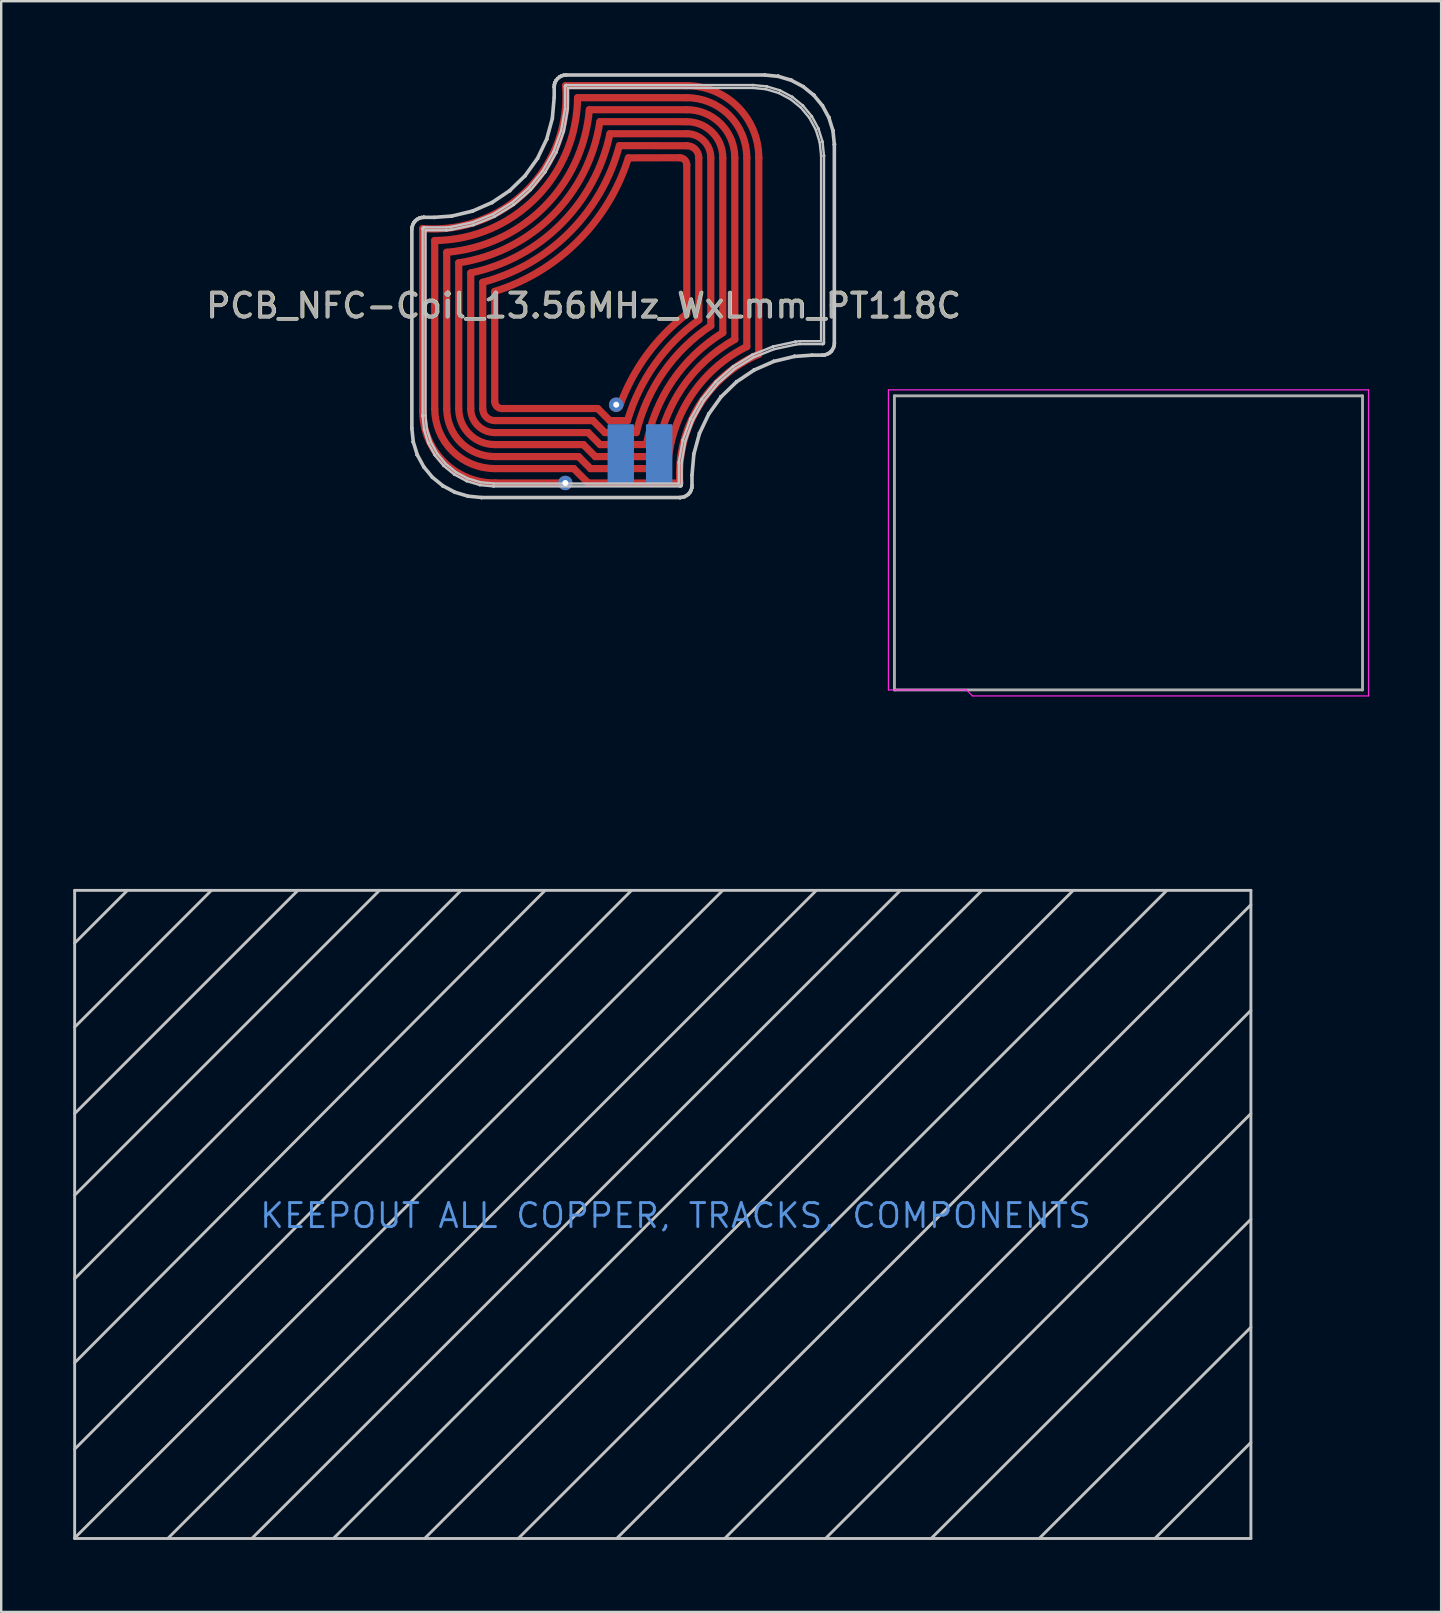
<source format=kicad_pcb>
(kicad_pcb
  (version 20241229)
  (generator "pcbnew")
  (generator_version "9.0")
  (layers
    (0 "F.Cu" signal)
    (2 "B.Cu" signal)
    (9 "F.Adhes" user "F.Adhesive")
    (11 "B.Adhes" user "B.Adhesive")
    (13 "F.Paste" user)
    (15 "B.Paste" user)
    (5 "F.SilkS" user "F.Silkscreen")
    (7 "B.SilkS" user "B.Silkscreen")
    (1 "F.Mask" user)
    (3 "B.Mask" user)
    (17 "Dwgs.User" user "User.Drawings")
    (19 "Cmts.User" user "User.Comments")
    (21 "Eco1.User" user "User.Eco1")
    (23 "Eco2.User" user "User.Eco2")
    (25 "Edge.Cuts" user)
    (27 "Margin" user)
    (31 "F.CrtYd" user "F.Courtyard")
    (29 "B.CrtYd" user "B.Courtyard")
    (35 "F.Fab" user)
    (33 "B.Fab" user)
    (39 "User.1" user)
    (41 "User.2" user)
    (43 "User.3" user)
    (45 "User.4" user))
  (footprint "PCB_NFC-Coil_13.56MHz_WxLmm_PT118C"
    (layer "F.Cu")
    (at 14.11 17.67)
    (property "Reference" "PCB_NFC-Coil_13.56MHz_WxLmm_PT118C" (at 7.16 -7.99 0) (unlocked yes) (layer "F.SilkS") (effects (font (size 1 1) (thickness 0.15))))
    (attr exclude_from_pos_files exclude_from_bom)
    (fp_line (start 0.45 -11.2) (end 0.45 -3.6) (stroke (width 0.3) (type solid)) (layer "F.Cu"))
    (fp_line (start 0.95 -10.7) (end 0.95 -3.7) (stroke (width 0.3) (type solid)) (layer "F.Cu"))
    (fp_line (start 1.45 -10.21) (end 1.45 -3.7) (stroke (width 0.3) (type solid)) (layer "F.Cu"))
    (fp_line (start 1.95 -9.77) (end 1.95 -3.7) (stroke (width 0.3) (type solid)) (layer "F.Cu"))
    (fp_line (start 2.45 -9.35) (end 2.45 -3.7) (stroke (width 0.3) (type solid)) (layer "F.Cu"))
    (fp_line (start 2.95 -8.96) (end 2.95 -3.7) (stroke (width 0.3) (type solid)) (layer "F.Cu"))
    (fp_line (start 3.45 -4) (end 3.45 -8.58) (stroke (width 0.3) (type solid)) (layer "F.Cu"))
    (fp_line (start 3.45 -0.6) (end 6.41 -0.6) (stroke (width 0.3) (type solid)) (layer "F.Cu"))
    (fp_line (start 6.74 -1.2) (end 3.472 -1.2) (stroke (width 0.3) (type solid)) (layer "F.Cu"))
    (fp_line (start 6.9 -16.65) (end 11.428 -16.65) (stroke (width 0.3) (type solid)) (layer "F.Cu"))
    (fp_line (start 6.94 -1.7) (end 3.467 -1.7) (stroke (width 0.3) (type solid)) (layer "F.Cu"))
    (fp_line (start 7.14 -2.2) (end 3.463 -2.2) (stroke (width 0.3) (type solid)) (layer "F.Cu"))
    (fp_line (start 7.34 -2.7) (end 3.459 -2.7) (stroke (width 0.3) (type solid)) (layer "F.Cu"))
    (fp_line (start 7.34 -0.6) (end 6.74 -1.2) (stroke (width 0.3) (type solid)) (layer "F.Cu"))
    (fp_line (start 7.34 -0.6) (end 11.16 -0.6) (stroke (width 0.3) (type solid)) (layer "F.Cu"))
    (fp_line (start 7.392 -16.15) (end 11.433 -16.15) (stroke (width 0.3) (type solid)) (layer "F.Cu"))
    (fp_line (start 7.44 -1.2) (end 6.94 -1.7) (stroke (width 0.3) (type solid)) (layer "F.Cu"))
    (fp_line (start 7.44 -1.2) (end 10.653 -1.2) (stroke (width 0.3) (type solid)) (layer "F.Cu"))
    (fp_line (start 7.54 -3.2) (end 3.45 -3.2) (stroke (width 0.3) (type solid)) (layer "F.Cu"))
    (fp_line (start 7.64 -1.7) (end 7.14 -2.2) (stroke (width 0.3) (type solid)) (layer "F.Cu"))
    (fp_line (start 7.64 -1.7) (end 10.19 -1.7) (stroke (width 0.3) (type solid)) (layer "F.Cu"))
    (fp_line (start 7.74 -3.7) (end 3.75 -3.7) (stroke (width 0.3) (type solid)) (layer "F.Cu"))
    (fp_line (start 7.836 -15.652) (end 11.437 -15.65) (stroke (width 0.3) (type solid)) (layer "F.Cu"))
    (fp_line (start 7.84 -2.2) (end 7.34 -2.7) (stroke (width 0.3) (type solid)) (layer "F.Cu"))
    (fp_line (start 7.84 -2.2) (end 9.767 -2.201) (stroke (width 0.3) (type solid)) (layer "F.Cu"))
    (fp_line (start 8.04 -2.7) (end 7.54 -3.2) (stroke (width 0.3) (type solid)) (layer "F.Cu"))
    (fp_line (start 8.04 -2.7) (end 9.348 -2.701) (stroke (width 0.3) (type solid)) (layer "F.Cu"))
    (fp_line (start 8.24 -3.2) (end 7.74 -3.7) (stroke (width 0.3) (type solid)) (layer "F.Cu"))
    (fp_line (start 8.24 -3.2) (end 8.982 -3.199) (stroke (width 0.3) (type solid)) (layer "F.Cu"))
    (fp_line (start 8.252 -15.15) (end 11.441 -15.15) (stroke (width 0.3) (type solid)) (layer "F.Cu"))
    (fp_line (start 8.646 -14.651) (end 11.45 -14.65) (stroke (width 0.3) (type solid)) (layer "F.Cu"))
    (fp_line (start 9.019 -14.144) (end 11.15 -14.15) (stroke (width 0.3) (type solid)) (layer "F.Cu"))
    (fp_line (start 11.45 -17.15) (end 6.4 -17.15) (stroke (width 0.3) (type solid)) (layer "F.Cu"))
    (fp_line (start 11.45 -13.85) (end 11.45 -7.64) (stroke (width 0.3) (type solid)) (layer "F.Cu"))
    (fp_line (start 11.95 -7.39) (end 11.95 -14.15) (stroke (width 0.3) (type solid)) (layer "F.Cu"))
    (fp_line (start 12.45 -7.15) (end 12.45 -14.15) (stroke (width 0.3) (type solid)) (layer "F.Cu"))
    (fp_line (start 12.95 -6.86) (end 12.95 -14.15) (stroke (width 0.3) (type solid)) (layer "F.Cu"))
    (fp_line (start 13.45 -6.58) (end 13.45 -14.15) (stroke (width 0.3) (type solid)) (layer "F.Cu"))
    (fp_line (start 13.95 -6.28) (end 13.95 -14.15) (stroke (width 0.3) (type solid)) (layer "F.Cu"))
    (fp_line (start 14.45 -5.963) (end 14.45 -14.15) (stroke (width 0.3) (type solid)) (layer "F.Cu"))
    (fp_arc (start 3.454365 -3.200019) (mid 3.097993 -3.344907) (end 2.95 -3.7) (stroke (width 0.3) (type solid)) (layer "F.Cu"))
    (fp_arc (start 3.45873 -2.700038) (mid 2.745986 -2.989813) (end 2.45 -3.7) (stroke (width 0.3) (type solid)) (layer "F.Cu"))
    (fp_arc (start 3.463095 -2.200057) (mid 2.39398 -2.63472) (end 1.95 -3.7) (stroke (width 0.3) (type solid)) (layer "F.Cu"))
    (fp_arc (start 3.467459 -1.700076) (mid 2.041973 -2.279627) (end 1.45 -3.7) (stroke (width 0.3) (type solid)) (layer "F.Cu"))
    (fp_arc (start 3.47182 -1.200095) (mid 1.689964 -1.924535) (end 0.95 -3.7) (stroke (width 0.3) (type solid)) (layer "F.Cu"))
    (fp_arc (start 3.47618 -0.600114) (mid 1.337956 -1.469444) (end 0.45 -3.6) (stroke (width 0.3) (type solid)) (layer "F.Cu"))
    (fp_arc (start 3.75 -3.7) (mid 3.537868 -3.787868) (end 3.45 -4) (stroke (width 0.3) (type solid)) (layer "F.Cu"))
    (fp_arc (start 6.4 -17.15) (mid 4.802083 -12.797917) (end 0.45 -11.2) (stroke (width 0.3) (type solid)) (layer "F.Cu"))
    (fp_arc (start 6.9 -16.649999) (mid 5.142788 -12.457212) (end 0.95 -10.7) (stroke (width 0.3) (type solid)) (layer "F.Cu"))
    (fp_arc (start 7.390045 -16.150537) (mid 5.505763 -12.094618) (end 1.45 -10.21) (stroke (width 0.3) (type solid)) (layer "F.Cu"))
    (fp_arc (start 7.830447 -15.652956) (mid 5.857235 -11.744879) (end 1.95 -9.77) (stroke (width 0.3) (type solid)) (layer "F.Cu"))
    (fp_arc (start 8.250001 -15.150004) (mid 6.211546 -11.388457) (end 2.45 -9.35) (stroke (width 0.3) (type solid)) (layer "F.Cu"))
    (fp_arc (start 8.640654 -14.652469) (mid 6.562621 -11.039185) (end 2.95 -8.96) (stroke (width 0.3) (type solid)) (layer "F.Cu"))
    (fp_arc (start 8.660106 -3.819962) (mid 9.782046 -5.929367) (end 11.45 -7.64) (stroke (width 0.3) (type solid)) (layer "F.Cu"))
    (fp_arc (start 8.981859 -3.199451) (mid 10.117948 -5.541199) (end 11.95 -7.39) (stroke (width 0.3) (type solid)) (layer "F.Cu"))
    (fp_arc (start 9.018199 -14.144271) (mid 6.916053 -10.6797) (end 3.45 -8.58) (stroke (width 0.3) (type solid)) (layer "F.Cu"))
    (fp_arc (start 9.347557 -2.70059) (mid 10.480095 -5.217231) (end 12.45 -7.15) (stroke (width 0.3) (type solid)) (layer "F.Cu"))
    (fp_arc (start 9.767224 -2.200508) (mid 10.86416 -4.868001) (end 12.95 -6.86) (stroke (width 0.3) (type solid)) (layer "F.Cu"))
    (fp_arc (start 10.192401 -1.699719) (mid 11.234256 -4.531647) (end 13.45 -6.58) (stroke (width 0.3) (type solid)) (layer "F.Cu"))
    (fp_arc (start 10.652819 -1.199882) (mid 11.607027 -4.190621) (end 13.95 -6.28) (stroke (width 0.3) (type solid)) (layer "F.Cu"))
    (fp_arc (start 11.15 -14.15) (mid 11.362132 -14.062132) (end 11.45 -13.85) (stroke (width 0.3) (type solid)) (layer "F.Cu"))
    (fp_arc (start 11.159614 -0.599975) (mid 11.952995 -3.804199) (end 14.45 -5.963244) (stroke (width 0.3) (type solid)) (layer "F.Cu"))
    (fp_arc (start 11.42382 -17.149886) (mid 13.562044 -16.280556) (end 14.45 -14.15) (stroke (width 0.3) (type solid)) (layer "F.Cu"))
    (fp_arc (start 11.42818 -16.649905) (mid 13.210036 -15.925465) (end 13.95 -14.15) (stroke (width 0.3) (type solid)) (layer "F.Cu"))
    (fp_arc (start 11.432541 -16.149924) (mid 12.858027 -15.570373) (end 13.45 -14.15) (stroke (width 0.3) (type solid)) (layer "F.Cu"))
    (fp_arc (start 11.436905 -15.649943) (mid 12.50602 -15.21528) (end 12.95 -14.15) (stroke (width 0.3) (type solid)) (layer "F.Cu"))
    (fp_arc (start 11.44127 -15.149962) (mid 12.154014 -14.860187) (end 12.45 -14.15) (stroke (width 0.3) (type solid)) (layer "F.Cu"))
    (fp_arc (start 11.445635 -14.649981) (mid 11.802007 -14.505093) (end 11.95 -14.15) (stroke (width 0.3) (type solid)) (layer "F.Cu"))
    (fp_poly (pts (xy 9.2 -3) (xy 9.2 -0.6) (xy 8.2 -0.6) (xy 8.2 -3)) (stroke (width 0.1) (type solid)) (fill yes) (layer "B.Cu"))
    (fp_poly (pts (xy 10.8 -3) (xy 10.8 -0.6) (xy 9.8 -0.6) (xy 9.8 -3)) (stroke (width 0.1) (type solid)) (fill yes) (layer "B.Cu"))
    (fp_line (start -14.05 16.37) (end -14.05 43.37) (stroke (width 0.12) (type solid)) (layer "Dwgs.User"))
    (fp_line (start -14.05 18.57) (end -11.85 16.37) (stroke (width 0.12) (type solid)) (layer "Dwgs.User"))
    (fp_line (start -14.05 22.07) (end -8.35 16.37) (stroke (width 0.12) (type solid)) (layer "Dwgs.User"))
    (fp_line (start -14.05 25.67) (end -4.75 16.37) (stroke (width 0.12) (type solid)) (layer "Dwgs.User"))
    (fp_line (start -14.05 29.07) (end -1.35 16.37) (stroke (width 0.12) (type solid)) (layer "Dwgs.User"))
    (fp_line (start -14.05 32.55) (end 2.05 16.37) (stroke (width 0.12) (type solid)) (layer "Dwgs.User"))
    (fp_line (start -14.05 36.05) (end 5.55 16.37) (stroke (width 0.12) (type solid)) (layer "Dwgs.User"))
    (fp_line (start -14.05 39.65) (end 9.15 16.37) (stroke (width 0.12) (type solid)) (layer "Dwgs.User"))
    (fp_line (start -14.05 43.35) (end 12.95 16.37) (stroke (width 0.12) (type solid)) (layer "Dwgs.User"))
    (fp_line (start -14.05 43.37) (end 34.95 43.37) (stroke (width 0.12) (type solid)) (layer "Dwgs.User"))
    (fp_line (start -10.17 43.37) (end 16.85 16.37) (stroke (width 0.12) (type solid)) (layer "Dwgs.User"))
    (fp_line (start -6.67 43.37) (end 20.35 16.37) (stroke (width 0.12) (type solid)) (layer "Dwgs.User"))
    (fp_line (start -0.028 -11.167) (end -0.028 -11.168) (stroke (width 0.1) (type solid)) (layer "Dwgs.User"))
    (fp_line (start -0.028 -2.895) (end -0.028 -2.896) (stroke (width 0.1) (type solid)) (layer "Dwgs.User"))
    (fp_line (start -0.028 -2.896) (end -0.028 -11.167) (stroke (width 0.1) (type solid)) (layer "Dwgs.User"))
    (fp_line (start -0.028 -2.895) (end -0.028 -2.895) (stroke (width 0.1) (type solid)) (layer "Dwgs.User"))
    (fp_line (start -0.028 -2.894) (end -0.028 -2.895) (stroke (width 0.1) (type solid)) (layer "Dwgs.User"))
    (fp_line (start -0.028 -2.894) (end -0.028 -2.894) (stroke (width 0.1) (type solid)) (layer "Dwgs.User"))
    (fp_line (start -0.028 -2.875) (end -0.028 -2.894) (stroke (width 0.1) (type solid)) (layer "Dwgs.User"))
    (fp_line (start -0.028 -11.168) (end -0.028 -11.168) (stroke (width 0.1) (type solid)) (layer "Dwgs.User"))
    (fp_line (start -0.028 -11.168) (end -0.018 -11.265) (stroke (width 0.1) (type solid)) (layer "Dwgs.User"))
    (fp_line (start -0.028 -2.873) (end -0.028 -2.874) (stroke (width 0.1) (type solid)) (layer "Dwgs.User"))
    (fp_line (start -0.028 -2.874) (end -0.028 -2.875) (stroke (width 0.1) (type solid)) (layer "Dwgs.User"))
    (fp_line (start -0.028 -2.873) (end -0.028 -2.873) (stroke (width 0.1) (type solid)) (layer "Dwgs.User"))
    (fp_line (start -0.018 -11.265) (end -0.018 -11.265) (stroke (width 0.1) (type solid)) (layer "Dwgs.User"))
    (fp_line (start -0.018 -11.265) (end -0.018 -11.268) (stroke (width 0.1) (type solid)) (layer "Dwgs.User"))
    (fp_line (start -0.018 -11.268) (end -0.017 -11.27) (stroke (width 0.1) (type solid)) (layer "Dwgs.User"))
    (fp_line (start -0.017 -11.27) (end 0.011 -11.363) (stroke (width 0.1) (type solid)) (layer "Dwgs.User"))
    (fp_line (start 0.011 -11.363) (end 0.011 -11.364) (stroke (width 0.1) (type solid)) (layer "Dwgs.User"))
    (fp_line (start 0.011 -11.364) (end 0.012 -11.366) (stroke (width 0.1) (type solid)) (layer "Dwgs.User"))
    (fp_line (start 0.012 -11.366) (end 0.013 -11.368) (stroke (width 0.1) (type solid)) (layer "Dwgs.User"))
    (fp_line (start 0.013 -11.368) (end 0.058 -11.454) (stroke (width 0.1) (type solid)) (layer "Dwgs.User"))
    (fp_line (start 0.022 -11.164) (end 0.022 -2.895) (stroke (width 0.1) (type solid)) (layer "Dwgs.User"))
    (fp_line (start 0.022 -2.895) (end 0.022 -2.877) (stroke (width 0.1) (type solid)) (layer "Dwgs.User"))
    (fp_line (start 0.022 -2.877) (end 0.081 -2.317) (stroke (width 0.1) (type solid)) (layer "Dwgs.User"))
    (fp_line (start 0.031 -11.258) (end 0.022 -11.164) (stroke (width 0.1) (type solid)) (layer "Dwgs.User"))
    (fp_line (start 0.031 -2.31) (end -0.028 -2.873) (stroke (width 0.1) (type solid)) (layer "Dwgs.User"))
    (fp_line (start 0.032 -2.307) (end 0.031 -2.31) (stroke (width 0.1) (type solid)) (layer "Dwgs.User"))
    (fp_line (start 0.032 -2.305) (end 0.032 -2.307) (stroke (width 0.1) (type solid)) (layer "Dwgs.User"))
    (fp_line (start 0.032 -2.305) (end 0.032 -2.305) (stroke (width 0.1) (type solid)) (layer "Dwgs.User"))
    (fp_line (start 0.058 -11.346) (end 0.031 -11.258) (stroke (width 0.1) (type solid)) (layer "Dwgs.User"))
    (fp_line (start 0.058 -11.454) (end 0.059 -11.454) (stroke (width 0.1) (type solid)) (layer "Dwgs.User"))
    (fp_line (start 0.059 -11.454) (end 0.06 -11.456) (stroke (width 0.1) (type solid)) (layer "Dwgs.User"))
    (fp_line (start 0.06 -11.456) (end 0.061 -11.458) (stroke (width 0.1) (type solid)) (layer "Dwgs.User"))
    (fp_line (start 0.061 -11.458) (end 0.123 -11.534) (stroke (width 0.1) (type solid)) (layer "Dwgs.User"))
    (fp_line (start 0.081 -2.317) (end 0.247 -1.781) (stroke (width 0.1) (type solid)) (layer "Dwgs.User"))
    (fp_line (start 0.101 -11.428) (end 0.058 -11.346) (stroke (width 0.1) (type solid)) (layer "Dwgs.User"))
    (fp_line (start 0.123 -11.534) (end 0.123 -11.534) (stroke (width 0.1) (type solid)) (layer "Dwgs.User"))
    (fp_line (start 0.123 -11.534) (end 0.125 -11.535) (stroke (width 0.1) (type solid)) (layer "Dwgs.User"))
    (fp_line (start 0.125 -11.535) (end 0.126 -11.537) (stroke (width 0.1) (type solid)) (layer "Dwgs.User"))
    (fp_line (start 0.126 -11.537) (end 0.201 -11.599) (stroke (width 0.1) (type solid)) (layer "Dwgs.User"))
    (fp_line (start 0.16 -11.5) (end 0.101 -11.428) (stroke (width 0.1) (type solid)) (layer "Dwgs.User"))
    (fp_line (start 0.2 -1.764) (end 0.032 -2.305) (stroke (width 0.1) (type solid)) (layer "Dwgs.User"))
    (fp_line (start 0.201 -1.762) (end 0.2 -1.764) (stroke (width 0.1) (type solid)) (layer "Dwgs.User"))
    (fp_line (start 0.201 -1.76) (end 0.201 -1.762) (stroke (width 0.1) (type solid)) (layer "Dwgs.User"))
    (fp_line (start 0.201 -11.599) (end 0.202 -11.599) (stroke (width 0.1) (type solid)) (layer "Dwgs.User"))
    (fp_line (start 0.202 -1.76) (end 0.201 -1.76) (stroke (width 0.1) (type solid)) (layer "Dwgs.User"))
    (fp_line (start 0.202 -11.599) (end 0.204 -11.601) (stroke (width 0.1) (type solid)) (layer "Dwgs.User"))
    (fp_line (start 0.204 -11.601) (end 0.205 -11.602) (stroke (width 0.1) (type solid)) (layer "Dwgs.User"))
    (fp_line (start 0.205 -11.602) (end 0.291 -11.648) (stroke (width 0.1) (type solid)) (layer "Dwgs.User"))
    (fp_line (start 0.231 -11.559) (end 0.16 -11.5) (stroke (width 0.1) (type solid)) (layer "Dwgs.User"))
    (fp_line (start 0.247 -1.781) (end 0.514 -1.288) (stroke (width 0.1) (type solid)) (layer "Dwgs.User"))
    (fp_line (start 0.291 -11.648) (end 0.292 -11.649) (stroke (width 0.1) (type solid)) (layer "Dwgs.User"))
    (fp_line (start 0.292 -11.649) (end 0.294 -11.649) (stroke (width 0.1) (type solid)) (layer "Dwgs.User"))
    (fp_line (start 0.294 -11.649) (end 0.296 -11.65) (stroke (width 0.1) (type solid)) (layer "Dwgs.User"))
    (fp_line (start 0.296 -11.65) (end 0.389 -11.679) (stroke (width 0.1) (type solid)) (layer "Dwgs.User"))
    (fp_line (start 0.313 -11.603) (end 0.231 -11.559) (stroke (width 0.1) (type solid)) (layer "Dwgs.User"))
    (fp_line (start 0.389 -11.679) (end 0.389 -11.679) (stroke (width 0.1) (type solid)) (layer "Dwgs.User"))
    (fp_line (start 0.389 -11.679) (end 0.392 -11.68) (stroke (width 0.1) (type solid)) (layer "Dwgs.User"))
    (fp_line (start 0.392 -11.68) (end 0.394 -11.68) (stroke (width 0.1) (type solid)) (layer "Dwgs.User"))
    (fp_line (start 0.394 -11.68) (end 0.491 -11.69) (stroke (width 0.1) (type solid)) (layer "Dwgs.User"))
    (fp_line (start 0.401 -11.631) (end 0.313 -11.603) (stroke (width 0.1) (type solid)) (layer "Dwgs.User"))
    (fp_line (start 0.445 -11.187) (end 0.447 -11.199) (stroke (width 0.1) (type solid)) (layer "Dwgs.User"))
    (fp_line (start 0.446 -11.184) (end 0.445 -11.187) (stroke (width 0.1) (type solid)) (layer "Dwgs.User"))
    (fp_line (start 0.446 -3.417) (end 0.446 -3.417) (stroke (width 0.1) (type solid)) (layer "Dwgs.User"))
    (fp_line (start 0.446 -3.417) (end 0.446 -11.184) (stroke (width 0.1) (type solid)) (layer "Dwgs.User"))
    (fp_line (start 0.446 -3.416) (end 0.446 -3.417) (stroke (width 0.1) (type solid)) (layer "Dwgs.User"))
    (fp_line (start 0.446 -3.414) (end 0.446 -3.416) (stroke (width 0.1) (type solid)) (layer "Dwgs.User"))
    (fp_line (start 0.446 -3.414) (end 0.446 -3.414) (stroke (width 0.1) (type solid)) (layer "Dwgs.User"))
    (fp_line (start 0.446 -3.396) (end 0.446 -3.414) (stroke (width 0.1) (type solid)) (layer "Dwgs.User"))
    (fp_line (start 0.446 -3.391) (end 0.446 -3.394) (stroke (width 0.1) (type solid)) (layer "Dwgs.User"))
    (fp_line (start 0.446 -3.394) (end 0.446 -3.396) (stroke (width 0.1) (type solid)) (layer "Dwgs.User"))
    (fp_line (start 0.446 -3.39) (end 0.446 -3.391) (stroke (width 0.1) (type solid)) (layer "Dwgs.User"))
    (fp_line (start 0.447 -11.199) (end 0.45 -11.21) (stroke (width 0.1) (type solid)) (layer "Dwgs.User"))
    (fp_line (start 0.45 -11.21) (end 0.456 -11.22) (stroke (width 0.1) (type solid)) (layer "Dwgs.User"))
    (fp_line (start 0.456 -11.22) (end 0.463 -11.229) (stroke (width 0.1) (type solid)) (layer "Dwgs.User"))
    (fp_line (start 0.463 -11.229) (end 0.472 -11.237) (stroke (width 0.1) (type solid)) (layer "Dwgs.User"))
    (fp_line (start 0.471 -1.262) (end 0.202 -1.76) (stroke (width 0.1) (type solid)) (layer "Dwgs.User"))
    (fp_line (start 0.472 -1.26) (end 0.471 -1.262) (stroke (width 0.1) (type solid)) (layer "Dwgs.User"))
    (fp_line (start 0.472 -11.237) (end 0.483 -11.243) (stroke (width 0.1) (type solid)) (layer "Dwgs.User"))
    (fp_line (start 0.473 -1.258) (end 0.472 -1.26) (stroke (width 0.1) (type solid)) (layer "Dwgs.User"))
    (fp_line (start 0.473 -1.258) (end 0.473 -1.258) (stroke (width 0.1) (type solid)) (layer "Dwgs.User"))
    (fp_line (start 0.483 -11.243) (end 0.494 -11.246) (stroke (width 0.1) (type solid)) (layer "Dwgs.User"))
    (fp_line (start 0.491 -11.69) (end 0.491 -11.69) (stroke (width 0.1) (type solid)) (layer "Dwgs.User"))
    (fp_line (start 0.491 -11.69) (end 0.492 -11.69) (stroke (width 0.1) (type solid)) (layer "Dwgs.User"))
    (fp_line (start 0.492 -11.69) (end 0.493 -11.69) (stroke (width 0.1) (type solid)) (layer "Dwgs.User"))
    (fp_line (start 0.493 -11.69) (end 0.496 -11.69) (stroke (width 0.1) (type solid)) (layer "Dwgs.User"))
    (fp_line (start 0.494 -11.246) (end 0.503 -11.247) (stroke (width 0.1) (type solid)) (layer "Dwgs.User"))
    (fp_line (start 0.495 -11.64) (end 0.401 -11.631) (stroke (width 0.1) (type solid)) (layer "Dwgs.User"))
    (fp_line (start 0.496 -11.69) (end 0.496 -11.69) (stroke (width 0.1) (type solid)) (layer "Dwgs.User"))
    (fp_line (start 0.496 -11.69) (end 0.926 -11.69) (stroke (width 0.1) (type solid)) (layer "Dwgs.User"))
    (fp_line (start 0.497 -11.64) (end 0.495 -11.64) (stroke (width 0.1) (type solid)) (layer "Dwgs.User"))
    (fp_line (start 0.503 -11.247) (end 0.506 -11.247) (stroke (width 0.1) (type solid)) (layer "Dwgs.User"))
    (fp_line (start 0.505 -2.828) (end 0.446 -3.39) (stroke (width 0.1) (type solid)) (layer "Dwgs.User"))
    (fp_line (start 0.506 -11.247) (end 0.509 -11.247) (stroke (width 0.1) (type solid)) (layer "Dwgs.User"))
    (fp_line (start 0.506 -2.822) (end 0.505 -2.828) (stroke (width 0.1) (type solid)) (layer "Dwgs.User"))
    (fp_line (start 0.507 -2.817) (end 0.506 -2.822) (stroke (width 0.1) (type solid)) (layer "Dwgs.User"))
    (fp_line (start 0.508 -2.816) (end 0.507 -2.817) (stroke (width 0.1) (type solid)) (layer "Dwgs.User"))
    (fp_line (start 0.509 -11.247) (end 1.432 -11.247) (stroke (width 0.1) (type solid)) (layer "Dwgs.User"))
    (fp_line (start 0.514 -1.288) (end 0.871 -0.855) (stroke (width 0.1) (type solid)) (layer "Dwgs.User"))
    (fp_line (start 0.53 43.37) (end 27.55 16.37) (stroke (width 0.12) (type solid)) (layer "Dwgs.User"))
    (fp_line (start 0.566 -11.127) (end 0.566 -3.417) (stroke (width 0.1) (type solid)) (layer "Dwgs.User"))
    (fp_line (start 0.566 -3.417) (end 0.566 -3.4) (stroke (width 0.1) (type solid)) (layer "Dwgs.User"))
    (fp_line (start 0.566 -3.4) (end 0.624 -2.846) (stroke (width 0.1) (type solid)) (layer "Dwgs.User"))
    (fp_line (start 0.624 -2.846) (end 0.788 -2.316) (stroke (width 0.1) (type solid)) (layer "Dwgs.User"))
    (fp_line (start 0.675 -2.275) (end 0.508 -2.816) (stroke (width 0.1) (type solid)) (layer "Dwgs.User"))
    (fp_line (start 0.677 -2.27) (end 0.675 -2.275) (stroke (width 0.1) (type solid)) (layer "Dwgs.User"))
    (fp_line (start 0.679 -2.265) (end 0.677 -2.27) (stroke (width 0.1) (type solid)) (layer "Dwgs.User"))
    (fp_line (start 0.68 -2.265) (end 0.679 -2.265) (stroke (width 0.1) (type solid)) (layer "Dwgs.User"))
    (fp_line (start 0.68 -2.265) (end 0.68 -2.265) (stroke (width 0.1) (type solid)) (layer "Dwgs.User"))
    (fp_line (start 0.68 -2.265) (end 0.68 -2.265) (stroke (width 0.1) (type solid)) (layer "Dwgs.User"))
    (fp_line (start 0.788 -2.316) (end 1.051 -1.829) (stroke (width 0.1) (type solid)) (layer "Dwgs.User"))
    (fp_line (start 0.834 -0.822) (end 0.473 -1.258) (stroke (width 0.1) (type solid)) (layer "Dwgs.User"))
    (fp_line (start 0.836 -0.82) (end 0.834 -0.822) (stroke (width 0.1) (type solid)) (layer "Dwgs.User"))
    (fp_line (start 0.837 -0.818) (end 0.836 -0.82) (stroke (width 0.1) (type solid)) (layer "Dwgs.User"))
    (fp_line (start 0.838 -0.818) (end 0.837 -0.818) (stroke (width 0.1) (type solid)) (layer "Dwgs.User"))
    (fp_line (start 0.871 -0.855) (end 1.306 -0.501) (stroke (width 0.1) (type solid)) (layer "Dwgs.User"))
    (fp_line (start 0.926 -11.69) (end 1.654 -11.744) (stroke (width 0.1) (type solid)) (layer "Dwgs.User"))
    (fp_line (start 0.928 -11.64) (end 0.497 -11.64) (stroke (width 0.1) (type solid)) (layer "Dwgs.User"))
    (fp_line (start 0.929 -11.64) (end 0.928 -11.64) (stroke (width 0.1) (type solid)) (layer "Dwgs.User"))
    (fp_line (start 0.949 -1.767) (end 0.68 -2.265) (stroke (width 0.1) (type solid)) (layer "Dwgs.User"))
    (fp_line (start 0.952 -1.762) (end 0.949 -1.767) (stroke (width 0.1) (type solid)) (layer "Dwgs.User"))
    (fp_line (start 0.955 -1.758) (end 0.952 -1.762) (stroke (width 0.1) (type solid)) (layer "Dwgs.User"))
    (fp_line (start 0.955 -1.757) (end 0.955 -1.758) (stroke (width 0.1) (type solid)) (layer "Dwgs.User"))
    (fp_line (start 1.051 -1.829) (end 1.405 -1.402) (stroke (width 0.1) (type solid)) (layer "Dwgs.User"))
    (fp_line (start 1.276 -0.461) (end 0.838 -0.818) (stroke (width 0.1) (type solid)) (layer "Dwgs.User"))
    (fp_line (start 1.278 -0.459) (end 1.276 -0.461) (stroke (width 0.1) (type solid)) (layer "Dwgs.User"))
    (fp_line (start 1.28 -0.458) (end 1.278 -0.459) (stroke (width 0.1) (type solid)) (layer "Dwgs.User"))
    (fp_line (start 1.28 -0.458) (end 1.28 -0.458) (stroke (width 0.1) (type solid)) (layer "Dwgs.User"))
    (fp_line (start 1.306 -0.501) (end 1.801 -0.237) (stroke (width 0.1) (type solid)) (layer "Dwgs.User"))
    (fp_line (start 1.316 -1.321) (end 0.955 -1.757) (stroke (width 0.1) (type solid)) (layer "Dwgs.User"))
    (fp_line (start 1.32 -1.317) (end 1.316 -1.321) (stroke (width 0.1) (type solid)) (layer "Dwgs.User"))
    (fp_line (start 1.324 -1.313) (end 1.32 -1.317) (stroke (width 0.1) (type solid)) (layer "Dwgs.User"))
    (fp_line (start 1.324 -1.313) (end 1.324 -1.313) (stroke (width 0.1) (type solid)) (layer "Dwgs.User"))
    (fp_line (start 1.405 -1.402) (end 1.834 -1.052) (stroke (width 0.1) (type solid)) (layer "Dwgs.User"))
    (fp_line (start 1.432 -11.247) (end 1.619 -11.267) (stroke (width 0.1) (type solid)) (layer "Dwgs.User"))
    (fp_line (start 1.439 -11.127) (end 0.566 -11.127) (stroke (width 0.1) (type solid)) (layer "Dwgs.User"))
    (fp_line (start 1.447 -11.128) (end 1.439 -11.127) (stroke (width 0.1) (type solid)) (layer "Dwgs.User"))
    (fp_line (start 1.448 -11.128) (end 1.447 -11.128) (stroke (width 0.1) (type solid)) (layer "Dwgs.User"))
    (fp_line (start 1.619 -11.267) (end 2.524 -11.46) (stroke (width 0.1) (type solid)) (layer "Dwgs.User"))
    (fp_line (start 1.635 -11.148) (end 1.448 -11.128) (stroke (width 0.1) (type solid)) (layer "Dwgs.User"))
    (fp_line (start 1.635 -11.148) (end 1.635 -11.148) (stroke (width 0.1) (type solid)) (layer "Dwgs.User"))
    (fp_line (start 1.635 -11.148) (end 1.635 -11.148) (stroke (width 0.1) (type solid)) (layer "Dwgs.User"))
    (fp_line (start 1.641 -11.149) (end 1.635 -11.148) (stroke (width 0.1) (type solid)) (layer "Dwgs.User"))
    (fp_line (start 1.654 -11.744) (end 2.514 -11.95) (stroke (width 0.1) (type solid)) (layer "Dwgs.User"))
    (fp_line (start 1.659 -11.694) (end 0.929 -11.64) (stroke (width 0.1) (type solid)) (layer "Dwgs.User"))
    (fp_line (start 1.66 -11.694) (end 1.659 -11.694) (stroke (width 0.1) (type solid)) (layer "Dwgs.User"))
    (fp_line (start 1.66 -11.694) (end 1.66 -11.694) (stroke (width 0.1) (type solid)) (layer "Dwgs.User"))
    (fp_line (start 1.663 -11.695) (end 1.66 -11.694) (stroke (width 0.1) (type solid)) (layer "Dwgs.User"))
    (fp_line (start 1.763 -0.955) (end 1.324 -1.313) (stroke (width 0.1) (type solid)) (layer "Dwgs.User"))
    (fp_line (start 1.767 -0.952) (end 1.763 -0.955) (stroke (width 0.1) (type solid)) (layer "Dwgs.User"))
    (fp_line (start 1.772 -0.949) (end 1.767 -0.952) (stroke (width 0.1) (type solid)) (layer "Dwgs.User"))
    (fp_line (start 1.773 -0.948) (end 1.772 -0.949) (stroke (width 0.1) (type solid)) (layer "Dwgs.User"))
    (fp_line (start 1.78 -0.192) (end 1.28 -0.458) (stroke (width 0.1) (type solid)) (layer "Dwgs.User"))
    (fp_line (start 1.782 -0.191) (end 1.78 -0.192) (stroke (width 0.1) (type solid)) (layer "Dwgs.User"))
    (fp_line (start 1.784 -0.19) (end 1.782 -0.191) (stroke (width 0.1) (type solid)) (layer "Dwgs.User"))
    (fp_line (start 1.785 -0.19) (end 1.784 -0.19) (stroke (width 0.1) (type solid)) (layer "Dwgs.User"))
    (fp_line (start 1.801 -0.237) (end 2.339 -0.075) (stroke (width 0.1) (type solid)) (layer "Dwgs.User"))
    (fp_line (start 1.834 -1.052) (end 2.324 -0.791) (stroke (width 0.1) (type solid)) (layer "Dwgs.User"))
    (fp_line (start 2.272 -0.683) (end 1.773 -0.948) (stroke (width 0.1) (type solid)) (layer "Dwgs.User"))
    (fp_line (start 2.277 -0.681) (end 2.272 -0.683) (stroke (width 0.1) (type solid)) (layer "Dwgs.User"))
    (fp_line (start 2.282 -0.679) (end 2.277 -0.681) (stroke (width 0.1) (type solid)) (layer "Dwgs.User"))
    (fp_line (start 2.283 -0.678) (end 2.282 -0.679) (stroke (width 0.1) (type solid)) (layer "Dwgs.User"))
    (fp_line (start 2.324 -0.791) (end 2.854 -0.631) (stroke (width 0.1) (type solid)) (layer "Dwgs.User"))
    (fp_line (start 2.326 -0.027) (end 1.785 -0.19) (stroke (width 0.1) (type solid)) (layer "Dwgs.User"))
    (fp_line (start 2.329 -0.026) (end 2.326 -0.027) (stroke (width 0.1) (type solid)) (layer "Dwgs.User"))
    (fp_line (start 2.331 -0.026) (end 2.329 -0.026) (stroke (width 0.1) (type solid)) (layer "Dwgs.User"))
    (fp_line (start 2.331 -0.026) (end 2.331 -0.026) (stroke (width 0.1) (type solid)) (layer "Dwgs.User"))
    (fp_line (start 2.339 -0.075) (end 2.898 -0.02) (stroke (width 0.1) (type solid)) (layer "Dwgs.User"))
    (fp_line (start 2.514 -11.95) (end 3.324 -12.306) (stroke (width 0.1) (type solid)) (layer "Dwgs.User"))
    (fp_line (start 2.524 -11.46) (end 3.382 -11.803) (stroke (width 0.1) (type solid)) (layer "Dwgs.User"))
    (fp_line (start 2.528 -11.902) (end 1.663 -11.695) (stroke (width 0.1) (type solid)) (layer "Dwgs.User"))
    (fp_line (start 2.528 -11.902) (end 2.528 -11.902) (stroke (width 0.1) (type solid)) (layer "Dwgs.User"))
    (fp_line (start 2.529 -11.903) (end 2.528 -11.902) (stroke (width 0.1) (type solid)) (layer "Dwgs.User"))
    (fp_line (start 2.532 -11.904) (end 2.529 -11.903) (stroke (width 0.1) (type solid)) (layer "Dwgs.User"))
    (fp_line (start 2.554 -11.344) (end 1.641 -11.149) (stroke (width 0.1) (type solid)) (layer "Dwgs.User"))
    (fp_line (start 2.556 -11.345) (end 2.554 -11.344) (stroke (width 0.1) (type solid)) (layer "Dwgs.User"))
    (fp_line (start 2.559 -11.345) (end 2.556 -11.345) (stroke (width 0.1) (type solid)) (layer "Dwgs.User"))
    (fp_line (start 2.564 -11.347) (end 2.559 -11.345) (stroke (width 0.1) (type solid)) (layer "Dwgs.User"))
    (fp_line (start 2.825 -0.515) (end 2.283 -0.678) (stroke (width 0.1) (type solid)) (layer "Dwgs.User"))
    (fp_line (start 2.83 -0.514) (end 2.825 -0.515) (stroke (width 0.1) (type solid)) (layer "Dwgs.User"))
    (fp_line (start 2.836 -0.513) (end 2.83 -0.514) (stroke (width 0.1) (type solid)) (layer "Dwgs.User"))
    (fp_line (start 2.837 -0.512) (end 2.836 -0.513) (stroke (width 0.1) (type solid)) (layer "Dwgs.User"))
    (fp_line (start 2.854 -0.631) (end 3.409 -0.577) (stroke (width 0.1) (type solid)) (layer "Dwgs.User"))
    (fp_line (start 2.895 0.029) (end 2.331 -0.026) (stroke (width 0.1) (type solid)) (layer "Dwgs.User"))
    (fp_line (start 2.895 0.029) (end 2.895 0.029) (stroke (width 0.1) (type solid)) (layer "Dwgs.User"))
    (fp_line (start 2.896 0.03) (end 2.895 0.029) (stroke (width 0.1) (type solid)) (layer "Dwgs.User"))
    (fp_line (start 2.898 -0.02) (end 11.167 -0.02) (stroke (width 0.1) (type solid)) (layer "Dwgs.User"))
    (fp_line (start 3.324 -12.306) (end 4.058 -12.799) (stroke (width 0.1) (type solid)) (layer "Dwgs.User"))
    (fp_line (start 3.346 -12.261) (end 2.532 -11.904) (stroke (width 0.1) (type solid)) (layer "Dwgs.User"))
    (fp_line (start 3.346 -12.261) (end 3.346 -12.261) (stroke (width 0.1) (type solid)) (layer "Dwgs.User"))
    (fp_line (start 3.347 -12.262) (end 3.346 -12.261) (stroke (width 0.1) (type solid)) (layer "Dwgs.User"))
    (fp_line (start 3.35 -12.263) (end 3.347 -12.262) (stroke (width 0.1) (type solid)) (layer "Dwgs.User"))
    (fp_line (start 3.382 -11.803) (end 4.17 -12.285) (stroke (width 0.1) (type solid)) (layer "Dwgs.User"))
    (fp_line (start 3.4 -0.457) (end 2.837 -0.512) (stroke (width 0.1) (type solid)) (layer "Dwgs.User"))
    (fp_line (start 3.4 -0.457) (end 3.4 -0.457) (stroke (width 0.1) (type solid)) (layer "Dwgs.User"))
    (fp_line (start 3.403 -0.457) (end 3.4 -0.457) (stroke (width 0.1) (type solid)) (layer "Dwgs.User"))
    (fp_line (start 3.409 -0.577) (end 11.116 -0.577) (stroke (width 0.1) (type solid)) (layer "Dwgs.User"))
    (fp_line (start 3.431 -11.693) (end 2.564 -11.347) (stroke (width 0.1) (type solid)) (layer "Dwgs.User"))
    (fp_line (start 3.433 -11.694) (end 3.431 -11.693) (stroke (width 0.1) (type solid)) (layer "Dwgs.User"))
    (fp_line (start 3.435 -11.695) (end 3.433 -11.694) (stroke (width 0.1) (type solid)) (layer "Dwgs.User"))
    (fp_line (start 3.44 -11.698) (end 3.435 -11.695) (stroke (width 0.1) (type solid)) (layer "Dwgs.User"))
    (fp_line (start 4.058 -12.799) (end 4.693 -13.415) (stroke (width 0.1) (type solid)) (layer "Dwgs.User"))
    (fp_line (start 4.088 -12.759) (end 3.35 -12.263) (stroke (width 0.1) (type solid)) (layer "Dwgs.User"))
    (fp_line (start 4.088 -12.759) (end 4.088 -12.759) (stroke (width 0.1) (type solid)) (layer "Dwgs.User"))
    (fp_line (start 4.089 -12.76) (end 4.088 -12.759) (stroke (width 0.1) (type solid)) (layer "Dwgs.User"))
    (fp_line (start 4.091 -12.762) (end 4.089 -12.76) (stroke (width 0.1) (type solid)) (layer "Dwgs.User"))
    (fp_line (start 4.17 -12.285) (end 4.865 -12.893) (stroke (width 0.1) (type solid)) (layer "Dwgs.User"))
    (fp_line (start 4.237 -12.185) (end 3.44 -11.698) (stroke (width 0.1) (type solid)) (layer "Dwgs.User"))
    (fp_line (start 4.239 -12.187) (end 4.237 -12.185) (stroke (width 0.1) (type solid)) (layer "Dwgs.User"))
    (fp_line (start 4.241 -12.188) (end 4.239 -12.187) (stroke (width 0.1) (type solid)) (layer "Dwgs.User"))
    (fp_line (start 4.245 -12.191) (end 4.241 -12.188) (stroke (width 0.1) (type solid)) (layer "Dwgs.User"))
    (fp_line (start 4.43 43.37) (end 31.45 16.37) (stroke (width 0.12) (type solid)) (layer "Dwgs.User"))
    (fp_line (start 4.693 -13.415) (end 5.209 -14.133) (stroke (width 0.1) (type solid)) (layer "Dwgs.User"))
    (fp_line (start 4.729 -13.38) (end 4.091 -12.762) (stroke (width 0.1) (type solid)) (layer "Dwgs.User"))
    (fp_line (start 4.73 -13.381) (end 4.729 -13.38) (stroke (width 0.1) (type solid)) (layer "Dwgs.User"))
    (fp_line (start 4.73 -13.382) (end 4.73 -13.381) (stroke (width 0.1) (type solid)) (layer "Dwgs.User"))
    (fp_line (start 4.732 -13.384) (end 4.73 -13.382) (stroke (width 0.1) (type solid)) (layer "Dwgs.User"))
    (fp_line (start 4.865 -12.893) (end 5.449 -13.609) (stroke (width 0.1) (type solid)) (layer "Dwgs.User"))
    (fp_line (start 4.948 -12.806) (end 4.245 -12.191) (stroke (width 0.1) (type solid)) (layer "Dwgs.User"))
    (fp_line (start 4.95 -12.807) (end 4.948 -12.806) (stroke (width 0.1) (type solid)) (layer "Dwgs.User"))
    (fp_line (start 4.952 -12.809) (end 4.95 -12.807) (stroke (width 0.1) (type solid)) (layer "Dwgs.User"))
    (fp_line (start 4.955 -12.813) (end 4.952 -12.809) (stroke (width 0.1) (type solid)) (layer "Dwgs.User"))
    (fp_line (start 5.209 -14.133) (end 5.59 -14.931) (stroke (width 0.1) (type solid)) (layer "Dwgs.User"))
    (fp_line (start 5.251 -14.106) (end 4.732 -13.384) (stroke (width 0.1) (type solid)) (layer "Dwgs.User"))
    (fp_line (start 5.251 -14.106) (end 5.251 -14.106) (stroke (width 0.1) (type solid)) (layer "Dwgs.User"))
    (fp_line (start 5.252 -14.107) (end 5.251 -14.106) (stroke (width 0.1) (type solid)) (layer "Dwgs.User"))
    (fp_line (start 5.253 -14.109) (end 5.252 -14.107) (stroke (width 0.1) (type solid)) (layer "Dwgs.User"))
    (fp_line (start 5.449 -13.609) (end 5.903 -14.414) (stroke (width 0.1) (type solid)) (layer "Dwgs.User"))
    (fp_line (start 5.545 -13.537) (end 4.955 -12.813) (stroke (width 0.1) (type solid)) (layer "Dwgs.User"))
    (fp_line (start 5.546 -13.539) (end 5.545 -13.537) (stroke (width 0.1) (type solid)) (layer "Dwgs.User"))
    (fp_line (start 5.548 -13.541) (end 5.546 -13.539) (stroke (width 0.1) (type solid)) (layer "Dwgs.User"))
    (fp_line (start 5.551 -13.546) (end 5.548 -13.541) (stroke (width 0.1) (type solid)) (layer "Dwgs.User"))
    (fp_line (start 5.59 -14.931) (end 5.823 -15.784) (stroke (width 0.1) (type solid)) (layer "Dwgs.User"))
    (fp_line (start 5.636 -14.912) (end 5.253 -14.109) (stroke (width 0.1) (type solid)) (layer "Dwgs.User"))
    (fp_line (start 5.636 -14.912) (end 5.636 -14.912) (stroke (width 0.1) (type solid)) (layer "Dwgs.User"))
    (fp_line (start 5.637 -14.913) (end 5.636 -14.912) (stroke (width 0.1) (type solid)) (layer "Dwgs.User"))
    (fp_line (start 5.637 -14.916) (end 5.637 -14.913) (stroke (width 0.1) (type solid)) (layer "Dwgs.User"))
    (fp_line (start 5.823 -15.784) (end 5.902 -16.666) (stroke (width 0.1) (type solid)) (layer "Dwgs.User"))
    (fp_line (start 5.872 -15.773) (end 5.637 -14.916) (stroke (width 0.1) (type solid)) (layer "Dwgs.User"))
    (fp_line (start 5.872 -15.774) (end 5.872 -15.773) (stroke (width 0.1) (type solid)) (layer "Dwgs.User"))
    (fp_line (start 5.872 -15.775) (end 5.872 -15.774) (stroke (width 0.1) (type solid)) (layer "Dwgs.User"))
    (fp_line (start 5.873 -15.778) (end 5.872 -15.775) (stroke (width 0.1) (type solid)) (layer "Dwgs.User"))
    (fp_line (start 5.902 -17.097) (end 5.902 -17.098) (stroke (width 0.1) (type solid)) (layer "Dwgs.User"))
    (fp_line (start 5.902 -16.666) (end 5.902 -17.097) (stroke (width 0.1) (type solid)) (layer "Dwgs.User"))
    (fp_line (start 5.902 -17.098) (end 5.902 -17.098) (stroke (width 0.1) (type solid)) (layer "Dwgs.User"))
    (fp_line (start 5.902 -17.098) (end 5.912 -17.195) (stroke (width 0.1) (type solid)) (layer "Dwgs.User"))
    (fp_line (start 5.903 -14.414) (end 6.215 -15.283) (stroke (width 0.1) (type solid)) (layer "Dwgs.User"))
    (fp_line (start 5.912 -17.195) (end 5.912 -17.195) (stroke (width 0.1) (type solid)) (layer "Dwgs.User"))
    (fp_line (start 5.912 -17.195) (end 5.912 -17.198) (stroke (width 0.1) (type solid)) (layer "Dwgs.User"))
    (fp_line (start 5.912 -17.198) (end 5.913 -17.2) (stroke (width 0.1) (type solid)) (layer "Dwgs.User"))
    (fp_line (start 5.913 -17.2) (end 5.941 -17.293) (stroke (width 0.1) (type solid)) (layer "Dwgs.User"))
    (fp_line (start 5.941 -17.293) (end 5.941 -17.294) (stroke (width 0.1) (type solid)) (layer "Dwgs.User"))
    (fp_line (start 5.941 -17.294) (end 5.942 -17.296) (stroke (width 0.1) (type solid)) (layer "Dwgs.User"))
    (fp_line (start 5.942 -17.296) (end 5.943 -17.298) (stroke (width 0.1) (type solid)) (layer "Dwgs.User"))
    (fp_line (start 5.943 -17.298) (end 5.988 -17.384) (stroke (width 0.1) (type solid)) (layer "Dwgs.User"))
    (fp_line (start 5.952 -16.663) (end 5.873 -15.778) (stroke (width 0.1) (type solid)) (layer "Dwgs.User"))
    (fp_line (start 5.952 -16.663) (end 5.952 -16.663) (stroke (width 0.1) (type solid)) (layer "Dwgs.User"))
    (fp_line (start 5.952 -17.094) (end 5.952 -16.664) (stroke (width 0.1) (type solid)) (layer "Dwgs.User"))
    (fp_line (start 5.952 -16.664) (end 5.952 -16.663) (stroke (width 0.1) (type solid)) (layer "Dwgs.User"))
    (fp_line (start 5.961 -17.188) (end 5.952 -17.094) (stroke (width 0.1) (type solid)) (layer "Dwgs.User"))
    (fp_line (start 5.988 -17.276) (end 5.961 -17.188) (stroke (width 0.1) (type solid)) (layer "Dwgs.User"))
    (fp_line (start 5.988 -17.384) (end 5.989 -17.384) (stroke (width 0.1) (type solid)) (layer "Dwgs.User"))
    (fp_line (start 5.989 -17.384) (end 5.99 -17.386) (stroke (width 0.1) (type solid)) (layer "Dwgs.User"))
    (fp_line (start 5.99 -17.386) (end 5.991 -17.388) (stroke (width 0.1) (type solid)) (layer "Dwgs.User"))
    (fp_line (start 5.991 -17.388) (end 6.053 -17.463) (stroke (width 0.1) (type solid)) (layer "Dwgs.User"))
    (fp_line (start 6.01 -14.359) (end 5.551 -13.546) (stroke (width 0.1) (type solid)) (layer "Dwgs.User"))
    (fp_line (start 6.011 -14.361) (end 6.01 -14.359) (stroke (width 0.1) (type solid)) (layer "Dwgs.User"))
    (fp_line (start 6.012 -14.363) (end 6.011 -14.361) (stroke (width 0.1) (type solid)) (layer "Dwgs.User"))
    (fp_line (start 6.014 -14.368) (end 6.012 -14.363) (stroke (width 0.1) (type solid)) (layer "Dwgs.User"))
    (fp_line (start 6.031 -17.358) (end 5.988 -17.276) (stroke (width 0.1) (type solid)) (layer "Dwgs.User"))
    (fp_line (start 6.053 -17.463) (end 6.053 -17.464) (stroke (width 0.1) (type solid)) (layer "Dwgs.User"))
    (fp_line (start 6.053 -17.464) (end 6.055 -17.465) (stroke (width 0.1) (type solid)) (layer "Dwgs.User"))
    (fp_line (start 6.055 -17.465) (end 6.056 -17.467) (stroke (width 0.1) (type solid)) (layer "Dwgs.User"))
    (fp_line (start 6.056 -17.467) (end 6.131 -17.529) (stroke (width 0.1) (type solid)) (layer "Dwgs.User"))
    (fp_line (start 6.09 -17.43) (end 6.031 -17.358) (stroke (width 0.1) (type solid)) (layer "Dwgs.User"))
    (fp_line (start 6.131 -17.529) (end 6.132 -17.529) (stroke (width 0.1) (type solid)) (layer "Dwgs.User"))
    (fp_line (start 6.132 -17.529) (end 6.134 -17.531) (stroke (width 0.1) (type solid)) (layer "Dwgs.User"))
    (fp_line (start 6.134 -17.531) (end 6.135 -17.532) (stroke (width 0.1) (type solid)) (layer "Dwgs.User"))
    (fp_line (start 6.135 -17.532) (end 6.221 -17.578) (stroke (width 0.1) (type solid)) (layer "Dwgs.User"))
    (fp_line (start 6.161 -17.489) (end 6.09 -17.43) (stroke (width 0.1) (type solid)) (layer "Dwgs.User"))
    (fp_line (start 6.215 -15.283) (end 6.376 -16.192) (stroke (width 0.1) (type solid)) (layer "Dwgs.User"))
    (fp_line (start 6.221 -17.578) (end 6.222 -17.578) (stroke (width 0.1) (type solid)) (layer "Dwgs.User"))
    (fp_line (start 6.222 -17.578) (end 6.224 -17.579) (stroke (width 0.1) (type solid)) (layer "Dwgs.User"))
    (fp_line (start 6.224 -17.579) (end 6.226 -17.58) (stroke (width 0.1) (type solid)) (layer "Dwgs.User"))
    (fp_line (start 6.226 -17.58) (end 6.319 -17.609) (stroke (width 0.1) (type solid)) (layer "Dwgs.User"))
    (fp_line (start 6.243 -17.533) (end 6.161 -17.489) (stroke (width 0.1) (type solid)) (layer "Dwgs.User"))
    (fp_line (start 6.319 -17.609) (end 6.319 -17.609) (stroke (width 0.1) (type solid)) (layer "Dwgs.User"))
    (fp_line (start 6.319 -17.609) (end 6.322 -17.61) (stroke (width 0.1) (type solid)) (layer "Dwgs.User"))
    (fp_line (start 6.322 -17.61) (end 6.324 -17.61) (stroke (width 0.1) (type solid)) (layer "Dwgs.User"))
    (fp_line (start 6.324 -17.61) (end 6.421 -17.62) (stroke (width 0.1) (type solid)) (layer "Dwgs.User"))
    (fp_line (start 6.329 -15.247) (end 6.014 -14.368) (stroke (width 0.1) (type solid)) (layer "Dwgs.User"))
    (fp_line (start 6.33 -15.249) (end 6.329 -15.247) (stroke (width 0.1) (type solid)) (layer "Dwgs.User"))
    (fp_line (start 6.331 -15.251) (end 6.33 -15.249) (stroke (width 0.1) (type solid)) (layer "Dwgs.User"))
    (fp_line (start 6.331 -17.561) (end 6.243 -17.533) (stroke (width 0.1) (type solid)) (layer "Dwgs.User"))
    (fp_line (start 6.332 -15.257) (end 6.331 -15.251) (stroke (width 0.1) (type solid)) (layer "Dwgs.User"))
    (fp_line (start 6.375 -17.117) (end 6.377 -17.129) (stroke (width 0.1) (type solid)) (layer "Dwgs.User"))
    (fp_line (start 6.376 -17.114) (end 6.375 -17.117) (stroke (width 0.1) (type solid)) (layer "Dwgs.User"))
    (fp_line (start 6.376 -16.192) (end 6.376 -17.114) (stroke (width 0.1) (type solid)) (layer "Dwgs.User"))
    (fp_line (start 6.377 -17.129) (end 6.38 -17.14) (stroke (width 0.1) (type solid)) (layer "Dwgs.User"))
    (fp_line (start 6.38 -17.14) (end 6.386 -17.15) (stroke (width 0.1) (type solid)) (layer "Dwgs.User"))
    (fp_line (start 6.386 -17.15) (end 6.393 -17.16) (stroke (width 0.1) (type solid)) (layer "Dwgs.User"))
    (fp_line (start 6.393 -17.16) (end 6.402 -17.167) (stroke (width 0.1) (type solid)) (layer "Dwgs.User"))
    (fp_line (start 6.402 -17.167) (end 6.413 -17.173) (stroke (width 0.1) (type solid)) (layer "Dwgs.User"))
    (fp_line (start 6.413 -17.173) (end 6.424 -17.176) (stroke (width 0.1) (type solid)) (layer "Dwgs.User"))
    (fp_line (start 6.421 -17.62) (end 6.421 -17.62) (stroke (width 0.1) (type solid)) (layer "Dwgs.User"))
    (fp_line (start 6.421 -17.62) (end 6.422 -17.62) (stroke (width 0.1) (type solid)) (layer "Dwgs.User"))
    (fp_line (start 6.422 -17.62) (end 6.423 -17.62) (stroke (width 0.1) (type solid)) (layer "Dwgs.User"))
    (fp_line (start 6.423 -17.62) (end 6.426 -17.62) (stroke (width 0.1) (type solid)) (layer "Dwgs.User"))
    (fp_line (start 6.424 -17.176) (end 6.433 -17.177) (stroke (width 0.1) (type solid)) (layer "Dwgs.User"))
    (fp_line (start 6.425 -17.57) (end 6.331 -17.561) (stroke (width 0.1) (type solid)) (layer "Dwgs.User"))
    (fp_line (start 6.426 -17.62) (end 6.426 -17.62) (stroke (width 0.1) (type solid)) (layer "Dwgs.User"))
    (fp_line (start 6.426 -17.62) (end 14.698 -17.62) (stroke (width 0.1) (type solid)) (layer "Dwgs.User"))
    (fp_line (start 6.427 -17.57) (end 6.425 -17.57) (stroke (width 0.1) (type solid)) (layer "Dwgs.User"))
    (fp_line (start 6.433 -17.177) (end 6.436 -17.177) (stroke (width 0.1) (type solid)) (layer "Dwgs.User"))
    (fp_line (start 6.436 -17.177) (end 6.439 -17.177) (stroke (width 0.1) (type solid)) (layer "Dwgs.User"))
    (fp_line (start 6.439 -17.177) (end 14.209 -17.177) (stroke (width 0.1) (type solid)) (layer "Dwgs.User"))
    (fp_line (start 6.494 -16.173) (end 6.332 -15.257) (stroke (width 0.1) (type solid)) (layer "Dwgs.User"))
    (fp_line (start 6.495 -16.175) (end 6.494 -16.173) (stroke (width 0.1) (type solid)) (layer "Dwgs.User"))
    (fp_line (start 6.496 -17.057) (end 6.496 -16.184) (stroke (width 0.1) (type solid)) (layer "Dwgs.User"))
    (fp_line (start 6.496 -16.184) (end 6.495 -16.175) (stroke (width 0.1) (type solid)) (layer "Dwgs.User"))
    (fp_line (start 8.53 43.37) (end 34.95 16.97) (stroke (width 0.12) (type solid)) (layer "Dwgs.User"))
    (fp_line (start 11.116 -1.45) (end 11.117 -1.459) (stroke (width 0.1) (type solid)) (layer "Dwgs.User"))
    (fp_line (start 11.116 -0.577) (end 11.116 -1.45) (stroke (width 0.1) (type solid)) (layer "Dwgs.User"))
    (fp_line (start 11.117 -1.459) (end 11.117 -1.461) (stroke (width 0.1) (type solid)) (layer "Dwgs.User"))
    (fp_line (start 11.117 -1.461) (end 11.28 -2.377) (stroke (width 0.1) (type solid)) (layer "Dwgs.User"))
    (fp_line (start 11.167 -0.02) (end 11.169 -0.02) (stroke (width 0.1) (type solid)) (layer "Dwgs.User"))
    (fp_line (start 11.168 0.03) (end 2.896 0.03) (stroke (width 0.1) (type solid)) (layer "Dwgs.User"))
    (fp_line (start 11.168 0.03) (end 11.168 0.03) (stroke (width 0.1) (type solid)) (layer "Dwgs.User"))
    (fp_line (start 11.169 -0.02) (end 11.262 -0.03) (stroke (width 0.1) (type solid)) (layer "Dwgs.User"))
    (fp_line (start 11.171 0.03) (end 11.168 0.03) (stroke (width 0.1) (type solid)) (layer "Dwgs.User"))
    (fp_line (start 11.172 0.029) (end 11.171 0.03) (stroke (width 0.1) (type solid)) (layer "Dwgs.User"))
    (fp_line (start 11.173 0.029) (end 11.172 0.029) (stroke (width 0.1) (type solid)) (layer "Dwgs.User"))
    (fp_line (start 11.173 -0.457) (end 3.403 -0.457) (stroke (width 0.1) (type solid)) (layer "Dwgs.User"))
    (fp_line (start 11.173 0.029) (end 11.173 0.029) (stroke (width 0.1) (type solid)) (layer "Dwgs.User"))
    (fp_line (start 11.176 -0.457) (end 11.173 -0.457) (stroke (width 0.1) (type solid)) (layer "Dwgs.User"))
    (fp_line (start 11.179 -0.457) (end 11.176 -0.457) (stroke (width 0.1) (type solid)) (layer "Dwgs.User"))
    (fp_line (start 11.179 -0.457) (end 11.179 -0.457) (stroke (width 0.1) (type solid)) (layer "Dwgs.User"))
    (fp_line (start 11.188 -0.458) (end 11.179 -0.457) (stroke (width 0.1) (type solid)) (layer "Dwgs.User"))
    (fp_line (start 11.199 -0.461) (end 11.188 -0.458) (stroke (width 0.1) (type solid)) (layer "Dwgs.User"))
    (fp_line (start 11.209 -0.467) (end 11.199 -0.461) (stroke (width 0.1) (type solid)) (layer "Dwgs.User"))
    (fp_line (start 11.218 -0.474) (end 11.209 -0.467) (stroke (width 0.1) (type solid)) (layer "Dwgs.User"))
    (fp_line (start 11.226 -0.483) (end 11.218 -0.474) (stroke (width 0.1) (type solid)) (layer "Dwgs.User"))
    (fp_line (start 11.231 -0.494) (end 11.226 -0.483) (stroke (width 0.1) (type solid)) (layer "Dwgs.User"))
    (fp_line (start 11.235 -0.505) (end 11.231 -0.494) (stroke (width 0.1) (type solid)) (layer "Dwgs.User"))
    (fp_line (start 11.236 -1.442) (end 11.236 -0.52) (stroke (width 0.1) (type solid)) (layer "Dwgs.User"))
    (fp_line (start 11.236 -0.52) (end 11.236 -0.517) (stroke (width 0.1) (type solid)) (layer "Dwgs.User"))
    (fp_line (start 11.236 -0.517) (end 11.235 -0.505) (stroke (width 0.1) (type solid)) (layer "Dwgs.User"))
    (fp_line (start 11.262 -0.03) (end 11.351 -0.058) (stroke (width 0.1) (type solid)) (layer "Dwgs.User"))
    (fp_line (start 11.27 0.019) (end 11.173 0.029) (stroke (width 0.1) (type solid)) (layer "Dwgs.User"))
    (fp_line (start 11.272 0.019) (end 11.27 0.019) (stroke (width 0.1) (type solid)) (layer "Dwgs.User"))
    (fp_line (start 11.275 0.018) (end 11.272 0.019) (stroke (width 0.1) (type solid)) (layer "Dwgs.User"))
    (fp_line (start 11.275 0.018) (end 11.275 0.018) (stroke (width 0.1) (type solid)) (layer "Dwgs.User"))
    (fp_line (start 11.28 -2.377) (end 11.281 -2.382) (stroke (width 0.1) (type solid)) (layer "Dwgs.User"))
    (fp_line (start 11.281 -2.382) (end 11.281 -2.385) (stroke (width 0.1) (type solid)) (layer "Dwgs.User"))
    (fp_line (start 11.281 -2.385) (end 11.282 -2.387) (stroke (width 0.1) (type solid)) (layer "Dwgs.User"))
    (fp_line (start 11.282 -2.387) (end 11.598 -3.266) (stroke (width 0.1) (type solid)) (layer "Dwgs.User"))
    (fp_line (start 11.351 -0.058) (end 11.432 -0.102) (stroke (width 0.1) (type solid)) (layer "Dwgs.User"))
    (fp_line (start 11.368 -0.011) (end 11.275 0.018) (stroke (width 0.1) (type solid)) (layer "Dwgs.User"))
    (fp_line (start 11.37 -0.011) (end 11.368 -0.011) (stroke (width 0.1) (type solid)) (layer "Dwgs.User"))
    (fp_line (start 11.372 -0.012) (end 11.37 -0.011) (stroke (width 0.1) (type solid)) (layer "Dwgs.User"))
    (fp_line (start 11.373 -0.012) (end 11.372 -0.012) (stroke (width 0.1) (type solid)) (layer "Dwgs.User"))
    (fp_line (start 11.397 -2.351) (end 11.236 -1.442) (stroke (width 0.1) (type solid)) (layer "Dwgs.User"))
    (fp_line (start 11.432 -0.102) (end 11.504 -0.161) (stroke (width 0.1) (type solid)) (layer "Dwgs.User"))
    (fp_line (start 11.458 -0.059) (end 11.373 -0.012) (stroke (width 0.1) (type solid)) (layer "Dwgs.User"))
    (fp_line (start 11.46 -0.06) (end 11.458 -0.059) (stroke (width 0.1) (type solid)) (layer "Dwgs.User"))
    (fp_line (start 11.462 -0.061) (end 11.46 -0.06) (stroke (width 0.1) (type solid)) (layer "Dwgs.User"))
    (fp_line (start 11.462 -0.062) (end 11.462 -0.061) (stroke (width 0.1) (type solid)) (layer "Dwgs.User"))
    (fp_line (start 11.504 -0.161) (end 11.562 -0.233) (stroke (width 0.1) (type solid)) (layer "Dwgs.User"))
    (fp_line (start 11.538 -0.124) (end 11.462 -0.062) (stroke (width 0.1) (type solid)) (layer "Dwgs.User"))
    (fp_line (start 11.539 -0.125) (end 11.538 -0.124) (stroke (width 0.1) (type solid)) (layer "Dwgs.User"))
    (fp_line (start 11.541 -0.127) (end 11.539 -0.125) (stroke (width 0.1) (type solid)) (layer "Dwgs.User"))
    (fp_line (start 11.541 -0.127) (end 11.541 -0.127) (stroke (width 0.1) (type solid)) (layer "Dwgs.User"))
    (fp_line (start 11.541 -0.127) (end 11.541 -0.127) (stroke (width 0.1) (type solid)) (layer "Dwgs.User"))
    (fp_line (start 11.541 -0.127) (end 11.541 -0.127) (stroke (width 0.1) (type solid)) (layer "Dwgs.User"))
    (fp_line (start 11.562 -0.233) (end 11.606 -0.314) (stroke (width 0.1) (type solid)) (layer "Dwgs.User"))
    (fp_line (start 11.598 -3.266) (end 11.6 -3.271) (stroke (width 0.1) (type solid)) (layer "Dwgs.User"))
    (fp_line (start 11.6 -3.271) (end 11.601 -3.273) (stroke (width 0.1) (type solid)) (layer "Dwgs.User"))
    (fp_line (start 11.601 -3.273) (end 11.602 -3.275) (stroke (width 0.1) (type solid)) (layer "Dwgs.User"))
    (fp_line (start 11.602 -3.275) (end 12.061 -4.088) (stroke (width 0.1) (type solid)) (layer "Dwgs.User"))
    (fp_line (start 11.603 -0.203) (end 11.541 -0.127) (stroke (width 0.1) (type solid)) (layer "Dwgs.User"))
    (fp_line (start 11.604 -0.205) (end 11.603 -0.203) (stroke (width 0.1) (type solid)) (layer "Dwgs.User"))
    (fp_line (start 11.605 -0.207) (end 11.604 -0.205) (stroke (width 0.1) (type solid)) (layer "Dwgs.User"))
    (fp_line (start 11.605 -0.207) (end 11.605 -0.207) (stroke (width 0.1) (type solid)) (layer "Dwgs.User"))
    (fp_line (start 11.606 -0.314) (end 11.633 -0.403) (stroke (width 0.1) (type solid)) (layer "Dwgs.User"))
    (fp_line (start 11.633 -0.403) (end 11.642 -0.497) (stroke (width 0.1) (type solid)) (layer "Dwgs.User"))
    (fp_line (start 11.642 -0.927) (end 11.642 -0.928) (stroke (width 0.1) (type solid)) (layer "Dwgs.User"))
    (fp_line (start 11.642 -0.497) (end 11.642 -0.927) (stroke (width 0.1) (type solid)) (layer "Dwgs.User"))
    (fp_line (start 11.642 -0.928) (end 11.721 -1.813) (stroke (width 0.1) (type solid)) (layer "Dwgs.User"))
    (fp_line (start 11.642 -0.928) (end 11.642 -0.928) (stroke (width 0.1) (type solid)) (layer "Dwgs.User"))
    (fp_line (start 11.651 -0.293) (end 11.605 -0.207) (stroke (width 0.1) (type solid)) (layer "Dwgs.User"))
    (fp_line (start 11.652 -0.295) (end 11.651 -0.293) (stroke (width 0.1) (type solid)) (layer "Dwgs.User"))
    (fp_line (start 11.653 -0.297) (end 11.652 -0.295) (stroke (width 0.1) (type solid)) (layer "Dwgs.User"))
    (fp_line (start 11.653 -0.298) (end 11.653 -0.297) (stroke (width 0.1) (type solid)) (layer "Dwgs.User"))
    (fp_line (start 11.681 -0.391) (end 11.653 -0.298) (stroke (width 0.1) (type solid)) (layer "Dwgs.User"))
    (fp_line (start 11.682 -0.393) (end 11.681 -0.391) (stroke (width 0.1) (type solid)) (layer "Dwgs.User"))
    (fp_line (start 11.682 -0.395) (end 11.682 -0.393) (stroke (width 0.1) (type solid)) (layer "Dwgs.User"))
    (fp_line (start 11.682 -0.396) (end 11.682 -0.395) (stroke (width 0.1) (type solid)) (layer "Dwgs.User"))
    (fp_line (start 11.692 -0.493) (end 11.692 -0.493) (stroke (width 0.1) (type solid)) (layer "Dwgs.User"))
    (fp_line (start 11.692 -0.493) (end 11.682 -0.396) (stroke (width 0.1) (type solid)) (layer "Dwgs.User"))
    (fp_line (start 11.692 -0.924) (end 11.692 -0.494) (stroke (width 0.1) (type solid)) (layer "Dwgs.User"))
    (fp_line (start 11.692 -0.494) (end 11.692 -0.493) (stroke (width 0.1) (type solid)) (layer "Dwgs.User"))
    (fp_line (start 11.709 -3.22) (end 11.397 -2.351) (stroke (width 0.1) (type solid)) (layer "Dwgs.User"))
    (fp_line (start 11.721 -1.813) (end 11.721 -1.816) (stroke (width 0.1) (type solid)) (layer "Dwgs.User"))
    (fp_line (start 11.721 -1.816) (end 11.722 -1.817) (stroke (width 0.1) (type solid)) (layer "Dwgs.User"))
    (fp_line (start 11.722 -1.817) (end 11.722 -1.817) (stroke (width 0.1) (type solid)) (layer "Dwgs.User"))
    (fp_line (start 11.722 -1.817) (end 11.956 -2.675) (stroke (width 0.1) (type solid)) (layer "Dwgs.User"))
    (fp_line (start 11.771 -1.806) (end 11.692 -0.924) (stroke (width 0.1) (type solid)) (layer "Dwgs.User"))
    (fp_line (start 11.956 -2.675) (end 11.957 -2.678) (stroke (width 0.1) (type solid)) (layer "Dwgs.User"))
    (fp_line (start 11.957 -2.678) (end 11.958 -2.678) (stroke (width 0.1) (type solid)) (layer "Dwgs.User"))
    (fp_line (start 11.958 -2.678) (end 11.958 -2.679) (stroke (width 0.1) (type solid)) (layer "Dwgs.User"))
    (fp_line (start 11.958 -2.679) (end 12.341 -3.481) (stroke (width 0.1) (type solid)) (layer "Dwgs.User"))
    (fp_line (start 12.004 -2.66) (end 11.771 -1.806) (stroke (width 0.1) (type solid)) (layer "Dwgs.User"))
    (fp_line (start 12.061 -4.088) (end 12.064 -4.093) (stroke (width 0.1) (type solid)) (layer "Dwgs.User"))
    (fp_line (start 12.064 -4.093) (end 12.065 -4.095) (stroke (width 0.1) (type solid)) (layer "Dwgs.User"))
    (fp_line (start 12.065 -4.095) (end 12.067 -4.097) (stroke (width 0.1) (type solid)) (layer "Dwgs.User"))
    (fp_line (start 12.067 -4.097) (end 12.656 -4.821) (stroke (width 0.1) (type solid)) (layer "Dwgs.User"))
    (fp_line (start 12.163 -4.025) (end 11.709 -3.22) (stroke (width 0.1) (type solid)) (layer "Dwgs.User"))
    (fp_line (start 12.341 -3.481) (end 12.342 -3.484) (stroke (width 0.1) (type solid)) (layer "Dwgs.User"))
    (fp_line (start 12.342 -3.484) (end 12.343 -3.485) (stroke (width 0.1) (type solid)) (layer "Dwgs.User"))
    (fp_line (start 12.343 -3.485) (end 12.343 -3.485) (stroke (width 0.1) (type solid)) (layer "Dwgs.User"))
    (fp_line (start 12.343 -3.485) (end 12.862 -4.207) (stroke (width 0.1) (type solid)) (layer "Dwgs.User"))
    (fp_line (start 12.385 -3.458) (end 12.004 -2.66) (stroke (width 0.1) (type solid)) (layer "Dwgs.User"))
    (fp_line (start 12.656 -4.821) (end 12.66 -4.825) (stroke (width 0.1) (type solid)) (layer "Dwgs.User"))
    (fp_line (start 12.66 -4.825) (end 12.662 -4.826) (stroke (width 0.1) (type solid)) (layer "Dwgs.User"))
    (fp_line (start 12.662 -4.826) (end 12.663 -4.828) (stroke (width 0.1) (type solid)) (layer "Dwgs.User"))
    (fp_line (start 12.663 -4.828) (end 13.366 -5.443) (stroke (width 0.1) (type solid)) (layer "Dwgs.User"))
    (fp_line (start 12.746 -4.741) (end 12.163 -4.025) (stroke (width 0.1) (type solid)) (layer "Dwgs.User"))
    (fp_line (start 12.862 -4.207) (end 12.863 -4.209) (stroke (width 0.1) (type solid)) (layer "Dwgs.User"))
    (fp_line (start 12.862 -4.207) (end 12.862 -4.207) (stroke (width 0.1) (type solid)) (layer "Dwgs.User"))
    (fp_line (start 12.862 -4.207) (end 12.862 -4.207) (stroke (width 0.1) (type solid)) (layer "Dwgs.User"))
    (fp_line (start 12.863 -4.209) (end 12.864 -4.21) (stroke (width 0.1) (type solid)) (layer "Dwgs.User"))
    (fp_line (start 12.864 -4.21) (end 12.865 -4.21) (stroke (width 0.1) (type solid)) (layer "Dwgs.User"))
    (fp_line (start 12.865 -4.21) (end 13.503 -4.829) (stroke (width 0.1) (type solid)) (layer "Dwgs.User"))
    (fp_line (start 12.901 -4.176) (end 12.385 -3.458) (stroke (width 0.1) (type solid)) (layer "Dwgs.User"))
    (fp_line (start 13.03 43.37) (end 34.95 21.37) (stroke (width 0.12) (type solid)) (layer "Dwgs.User"))
    (fp_line (start 13.366 -5.443) (end 13.371 -5.446) (stroke (width 0.1) (type solid)) (layer "Dwgs.User"))
    (fp_line (start 13.371 -5.446) (end 13.373 -5.447) (stroke (width 0.1) (type solid)) (layer "Dwgs.User"))
    (fp_line (start 13.373 -5.447) (end 13.374 -5.449) (stroke (width 0.1) (type solid)) (layer "Dwgs.User"))
    (fp_line (start 13.374 -5.449) (end 14.171 -5.936) (stroke (width 0.1) (type solid)) (layer "Dwgs.User"))
    (fp_line (start 13.441 -5.349) (end 12.746 -4.741) (stroke (width 0.1) (type solid)) (layer "Dwgs.User"))
    (fp_line (start 13.503 -4.829) (end 13.505 -4.831) (stroke (width 0.1) (type solid)) (layer "Dwgs.User"))
    (fp_line (start 13.505 -4.831) (end 13.506 -4.831) (stroke (width 0.1) (type solid)) (layer "Dwgs.User"))
    (fp_line (start 13.506 -4.831) (end 13.506 -4.832) (stroke (width 0.1) (type solid)) (layer "Dwgs.User"))
    (fp_line (start 13.506 -4.832) (end 14.244 -5.328) (stroke (width 0.1) (type solid)) (layer "Dwgs.User"))
    (fp_line (start 13.536 -4.792) (end 12.901 -4.176) (stroke (width 0.1) (type solid)) (layer "Dwgs.User"))
    (fp_line (start 14.171 -5.936) (end 14.176 -5.939) (stroke (width 0.1) (type solid)) (layer "Dwgs.User"))
    (fp_line (start 14.176 -5.939) (end 14.178 -5.939) (stroke (width 0.1) (type solid)) (layer "Dwgs.User"))
    (fp_line (start 14.178 -5.939) (end 14.18 -5.941) (stroke (width 0.1) (type solid)) (layer "Dwgs.User"))
    (fp_line (start 14.18 -5.941) (end 15.047 -6.287) (stroke (width 0.1) (type solid)) (layer "Dwgs.User"))
    (fp_line (start 14.203 -17.057) (end 6.496 -17.057) (stroke (width 0.1) (type solid)) (layer "Dwgs.User"))
    (fp_line (start 14.209 -17.177) (end 14.212 -17.177) (stroke (width 0.1) (type solid)) (layer "Dwgs.User"))
    (fp_line (start 14.212 -17.177) (end 14.212 -17.177) (stroke (width 0.1) (type solid)) (layer "Dwgs.User"))
    (fp_line (start 14.212 -17.177) (end 14.775 -17.121) (stroke (width 0.1) (type solid)) (layer "Dwgs.User"))
    (fp_line (start 14.229 -5.831) (end 13.441 -5.349) (stroke (width 0.1) (type solid)) (layer "Dwgs.User"))
    (fp_line (start 14.244 -5.328) (end 14.247 -5.329) (stroke (width 0.1) (type solid)) (layer "Dwgs.User"))
    (fp_line (start 14.247 -5.329) (end 14.247 -5.329) (stroke (width 0.1) (type solid)) (layer "Dwgs.User"))
    (fp_line (start 14.247 -5.329) (end 14.248 -5.33) (stroke (width 0.1) (type solid)) (layer "Dwgs.User"))
    (fp_line (start 14.248 -5.33) (end 15.062 -5.687) (stroke (width 0.1) (type solid)) (layer "Dwgs.User"))
    (fp_line (start 14.27 -5.285) (end 13.536 -4.792) (stroke (width 0.1) (type solid)) (layer "Dwgs.User"))
    (fp_line (start 14.696 -17.57) (end 6.427 -17.57) (stroke (width 0.1) (type solid)) (layer "Dwgs.User"))
    (fp_line (start 14.698 -17.62) (end 14.699 -17.62) (stroke (width 0.1) (type solid)) (layer "Dwgs.User"))
    (fp_line (start 14.699 -17.62) (end 14.699 -17.62) (stroke (width 0.1) (type solid)) (layer "Dwgs.User"))
    (fp_line (start 14.699 -17.62) (end 15.263 -17.565) (stroke (width 0.1) (type solid)) (layer "Dwgs.User"))
    (fp_line (start 14.757 -17.003) (end 14.203 -17.057) (stroke (width 0.1) (type solid)) (layer "Dwgs.User"))
    (fp_line (start 14.775 -17.121) (end 14.776 -17.121) (stroke (width 0.1) (type solid)) (layer "Dwgs.User"))
    (fp_line (start 14.776 -17.121) (end 14.781 -17.12) (stroke (width 0.1) (type solid)) (layer "Dwgs.User"))
    (fp_line (start 14.781 -17.12) (end 14.786 -17.119) (stroke (width 0.1) (type solid)) (layer "Dwgs.User"))
    (fp_line (start 14.786 -17.119) (end 15.328 -16.956) (stroke (width 0.1) (type solid)) (layer "Dwgs.User"))
    (fp_line (start 15.047 -6.287) (end 15.053 -6.288) (stroke (width 0.1) (type solid)) (layer "Dwgs.User"))
    (fp_line (start 15.053 -6.288) (end 15.055 -6.289) (stroke (width 0.1) (type solid)) (layer "Dwgs.User"))
    (fp_line (start 15.055 -6.289) (end 15.057 -6.29) (stroke (width 0.1) (type solid)) (layer "Dwgs.User"))
    (fp_line (start 15.057 -6.29) (end 15.97 -6.485) (stroke (width 0.1) (type solid)) (layer "Dwgs.User"))
    (fp_line (start 15.062 -5.687) (end 15.065 -5.688) (stroke (width 0.1) (type solid)) (layer "Dwgs.User"))
    (fp_line (start 15.065 -5.688) (end 15.066 -5.688) (stroke (width 0.1) (type solid)) (layer "Dwgs.User"))
    (fp_line (start 15.066 -5.688) (end 15.066 -5.689) (stroke (width 0.1) (type solid)) (layer "Dwgs.User"))
    (fp_line (start 15.066 -5.689) (end 15.931 -5.896) (stroke (width 0.1) (type solid)) (layer "Dwgs.User"))
    (fp_line (start 15.08 -5.64) (end 14.27 -5.285) (stroke (width 0.1) (type solid)) (layer "Dwgs.User"))
    (fp_line (start 15.087 -6.173) (end 14.229 -5.831) (stroke (width 0.1) (type solid)) (layer "Dwgs.User"))
    (fp_line (start 15.255 -17.515) (end 14.696 -17.57) (stroke (width 0.1) (type solid)) (layer "Dwgs.User"))
    (fp_line (start 15.263 -17.565) (end 15.263 -17.565) (stroke (width 0.1) (type solid)) (layer "Dwgs.User"))
    (fp_line (start 15.263 -17.565) (end 15.263 -17.565) (stroke (width 0.1) (type solid)) (layer "Dwgs.User"))
    (fp_line (start 15.263 -17.565) (end 15.265 -17.564) (stroke (width 0.1) (type solid)) (layer "Dwgs.User"))
    (fp_line (start 15.265 -17.564) (end 15.267 -17.564) (stroke (width 0.1) (type solid)) (layer "Dwgs.User"))
    (fp_line (start 15.267 -17.564) (end 15.809 -17.401) (stroke (width 0.1) (type solid)) (layer "Dwgs.User"))
    (fp_line (start 15.288 -16.842) (end 14.757 -17.003) (stroke (width 0.1) (type solid)) (layer "Dwgs.User"))
    (fp_line (start 15.328 -16.956) (end 15.329 -16.955) (stroke (width 0.1) (type solid)) (layer "Dwgs.User"))
    (fp_line (start 15.329 -16.955) (end 15.334 -16.953) (stroke (width 0.1) (type solid)) (layer "Dwgs.User"))
    (fp_line (start 15.334 -16.953) (end 15.339 -16.951) (stroke (width 0.1) (type solid)) (layer "Dwgs.User"))
    (fp_line (start 15.339 -16.951) (end 15.839 -16.685) (stroke (width 0.1) (type solid)) (layer "Dwgs.User"))
    (fp_line (start 15.777 -16.582) (end 15.288 -16.842) (stroke (width 0.1) (type solid)) (layer "Dwgs.User"))
    (fp_line (start 15.792 -17.353) (end 15.255 -17.515) (stroke (width 0.1) (type solid)) (layer "Dwgs.User"))
    (fp_line (start 15.809 -17.401) (end 15.81 -17.4) (stroke (width 0.1) (type solid)) (layer "Dwgs.User"))
    (fp_line (start 15.81 -17.4) (end 15.812 -17.399) (stroke (width 0.1) (type solid)) (layer "Dwgs.User"))
    (fp_line (start 15.812 -17.399) (end 15.814 -17.399) (stroke (width 0.1) (type solid)) (layer "Dwgs.User"))
    (fp_line (start 15.814 -17.399) (end 16.314 -17.133) (stroke (width 0.1) (type solid)) (layer "Dwgs.User"))
    (fp_line (start 15.839 -16.685) (end 15.839 -16.685) (stroke (width 0.1) (type solid)) (layer "Dwgs.User"))
    (fp_line (start 15.839 -16.685) (end 15.844 -16.682) (stroke (width 0.1) (type solid)) (layer "Dwgs.User"))
    (fp_line (start 15.844 -16.682) (end 15.848 -16.679) (stroke (width 0.1) (type solid)) (layer "Dwgs.User"))
    (fp_line (start 15.848 -16.679) (end 16.287 -16.321) (stroke (width 0.1) (type solid)) (layer "Dwgs.User"))
    (fp_line (start 15.931 -5.896) (end 15.934 -5.897) (stroke (width 0.1) (type solid)) (layer "Dwgs.User"))
    (fp_line (start 15.934 -5.897) (end 15.934 -5.897) (stroke (width 0.1) (type solid)) (layer "Dwgs.User"))
    (fp_line (start 15.934 -5.897) (end 15.935 -5.897) (stroke (width 0.1) (type solid)) (layer "Dwgs.User"))
    (fp_line (start 15.935 -5.897) (end 16.665 -5.95) (stroke (width 0.1) (type solid)) (layer "Dwgs.User"))
    (fp_line (start 15.94 -5.847) (end 15.08 -5.64) (stroke (width 0.1) (type solid)) (layer "Dwgs.User"))
    (fp_line (start 15.97 -6.485) (end 15.976 -6.486) (stroke (width 0.1) (type solid)) (layer "Dwgs.User"))
    (fp_line (start 15.976 -6.486) (end 15.976 -6.486) (stroke (width 0.1) (type solid)) (layer "Dwgs.User"))
    (fp_line (start 15.976 -6.486) (end 15.976 -6.486) (stroke (width 0.1) (type solid)) (layer "Dwgs.User"))
    (fp_line (start 15.976 -6.486) (end 16.164 -6.506) (stroke (width 0.1) (type solid)) (layer "Dwgs.User"))
    (fp_line (start 15.992 -6.367) (end 15.087 -6.173) (stroke (width 0.1) (type solid)) (layer "Dwgs.User"))
    (fp_line (start 16.164 -6.506) (end 16.164 -6.506) (stroke (width 0.1) (type solid)) (layer "Dwgs.User"))
    (fp_line (start 16.164 -6.506) (end 16.173 -6.507) (stroke (width 0.1) (type solid)) (layer "Dwgs.User"))
    (fp_line (start 16.173 -6.507) (end 17.046 -6.507) (stroke (width 0.1) (type solid)) (layer "Dwgs.User"))
    (fp_line (start 16.179 -6.387) (end 15.992 -6.367) (stroke (width 0.1) (type solid)) (layer "Dwgs.User"))
    (fp_line (start 16.207 -16.232) (end 15.777 -16.582) (stroke (width 0.1) (type solid)) (layer "Dwgs.User"))
    (fp_line (start 16.287 -16.321) (end 16.288 -16.321) (stroke (width 0.1) (type solid)) (layer "Dwgs.User"))
    (fp_line (start 16.288 -16.321) (end 16.291 -16.317) (stroke (width 0.1) (type solid)) (layer "Dwgs.User"))
    (fp_line (start 16.288 -17.09) (end 15.792 -17.353) (stroke (width 0.1) (type solid)) (layer "Dwgs.User"))
    (fp_line (start 16.291 -16.317) (end 16.295 -16.313) (stroke (width 0.1) (type solid)) (layer "Dwgs.User"))
    (fp_line (start 16.295 -16.313) (end 16.656 -15.877) (stroke (width 0.1) (type solid)) (layer "Dwgs.User"))
    (fp_line (start 16.314 -17.133) (end 16.314 -17.133) (stroke (width 0.1) (type solid)) (layer "Dwgs.User"))
    (fp_line (start 16.314 -17.133) (end 16.316 -17.131) (stroke (width 0.1) (type solid)) (layer "Dwgs.User"))
    (fp_line (start 16.316 -17.131) (end 16.318 -17.13) (stroke (width 0.1) (type solid)) (layer "Dwgs.User"))
    (fp_line (start 16.318 -17.13) (end 16.756 -16.773) (stroke (width 0.1) (type solid)) (layer "Dwgs.User"))
    (fp_line (start 16.56 -15.805) (end 16.207 -16.232) (stroke (width 0.1) (type solid)) (layer "Dwgs.User"))
    (fp_line (start 16.656 -15.877) (end 16.657 -15.876) (stroke (width 0.1) (type solid)) (layer "Dwgs.User"))
    (fp_line (start 16.657 -15.876) (end 16.66 -15.872) (stroke (width 0.1) (type solid)) (layer "Dwgs.User"))
    (fp_line (start 16.66 -15.872) (end 16.663 -15.867) (stroke (width 0.1) (type solid)) (layer "Dwgs.User"))
    (fp_line (start 16.663 -15.867) (end 16.932 -15.369) (stroke (width 0.1) (type solid)) (layer "Dwgs.User"))
    (fp_line (start 16.665 -5.95) (end 16.666 -5.95) (stroke (width 0.1) (type solid)) (layer "Dwgs.User"))
    (fp_line (start 16.666 -5.95) (end 17.097 -5.95) (stroke (width 0.1) (type solid)) (layer "Dwgs.User"))
    (fp_line (start 16.668 -5.9) (end 15.94 -5.847) (stroke (width 0.1) (type solid)) (layer "Dwgs.User"))
    (fp_line (start 16.723 -16.735) (end 16.288 -17.09) (stroke (width 0.1) (type solid)) (layer "Dwgs.User"))
    (fp_line (start 16.756 -16.773) (end 16.756 -16.773) (stroke (width 0.1) (type solid)) (layer "Dwgs.User"))
    (fp_line (start 16.756 -16.773) (end 16.756 -16.773) (stroke (width 0.1) (type solid)) (layer "Dwgs.User"))
    (fp_line (start 16.756 -16.773) (end 16.756 -16.772) (stroke (width 0.1) (type solid)) (layer "Dwgs.User"))
    (fp_line (start 16.756 -16.772) (end 16.758 -16.771) (stroke (width 0.1) (type solid)) (layer "Dwgs.User"))
    (fp_line (start 16.758 -16.771) (end 16.76 -16.769) (stroke (width 0.1) (type solid)) (layer "Dwgs.User"))
    (fp_line (start 16.76 -16.769) (end 17.12 -16.333) (stroke (width 0.1) (type solid)) (layer "Dwgs.User"))
    (fp_line (start 16.823 -15.317) (end 16.56 -15.805) (stroke (width 0.1) (type solid)) (layer "Dwgs.User"))
    (fp_line (start 16.932 -15.369) (end 16.932 -15.368) (stroke (width 0.1) (type solid)) (layer "Dwgs.User"))
    (fp_line (start 16.932 -15.368) (end 16.934 -15.364) (stroke (width 0.1) (type solid)) (layer "Dwgs.User"))
    (fp_line (start 16.934 -15.364) (end 16.936 -15.358) (stroke (width 0.1) (type solid)) (layer "Dwgs.User"))
    (fp_line (start 16.936 -15.358) (end 17.104 -14.818) (stroke (width 0.1) (type solid)) (layer "Dwgs.User"))
    (fp_line (start 16.987 -14.788) (end 16.823 -15.317) (stroke (width 0.1) (type solid)) (layer "Dwgs.User"))
    (fp_line (start 17.046 -14.234) (end 16.987 -14.788) (stroke (width 0.1) (type solid)) (layer "Dwgs.User"))
    (fp_line (start 17.046 -14.217) (end 17.046 -14.234) (stroke (width 0.1) (type solid)) (layer "Dwgs.User"))
    (fp_line (start 17.046 -14.217) (end 17.046 -14.217) (stroke (width 0.1) (type solid)) (layer "Dwgs.User"))
    (fp_line (start 17.046 -6.507) (end 17.046 -14.217) (stroke (width 0.1) (type solid)) (layer "Dwgs.User"))
    (fp_line (start 17.08 -16.303) (end 16.723 -16.735) (stroke (width 0.1) (type solid)) (layer "Dwgs.User"))
    (fp_line (start 17.097 -5.95) (end 17.099 -5.95) (stroke (width 0.1) (type solid)) (layer "Dwgs.User"))
    (fp_line (start 17.098 -5.9) (end 16.668 -5.9) (stroke (width 0.1) (type solid)) (layer "Dwgs.User"))
    (fp_line (start 17.098 -5.9) (end 17.098 -5.9) (stroke (width 0.1) (type solid)) (layer "Dwgs.User"))
    (fp_line (start 17.099 -5.95) (end 17.192 -5.96) (stroke (width 0.1) (type solid)) (layer "Dwgs.User"))
    (fp_line (start 17.101 -5.9) (end 17.098 -5.9) (stroke (width 0.1) (type solid)) (layer "Dwgs.User"))
    (fp_line (start 17.102 -5.901) (end 17.101 -5.9) (stroke (width 0.1) (type solid)) (layer "Dwgs.User"))
    (fp_line (start 17.103 -5.901) (end 17.102 -5.901) (stroke (width 0.1) (type solid)) (layer "Dwgs.User"))
    (fp_line (start 17.103 -6.387) (end 16.179 -6.387) (stroke (width 0.1) (type solid)) (layer "Dwgs.User"))
    (fp_line (start 17.103 -5.901) (end 17.103 -5.901) (stroke (width 0.1) (type solid)) (layer "Dwgs.User"))
    (fp_line (start 17.104 -14.818) (end 17.104 -14.817) (stroke (width 0.1) (type solid)) (layer "Dwgs.User"))
    (fp_line (start 17.104 -14.817) (end 17.105 -14.812) (stroke (width 0.1) (type solid)) (layer "Dwgs.User"))
    (fp_line (start 17.105 -14.812) (end 17.106 -14.806) (stroke (width 0.1) (type solid)) (layer "Dwgs.User"))
    (fp_line (start 17.106 -6.387) (end 17.103 -6.387) (stroke (width 0.1) (type solid)) (layer "Dwgs.User"))
    (fp_line (start 17.106 -14.806) (end 17.165 -14.243) (stroke (width 0.1) (type solid)) (layer "Dwgs.User"))
    (fp_line (start 17.109 -6.387) (end 17.106 -6.387) (stroke (width 0.1) (type solid)) (layer "Dwgs.User"))
    (fp_line (start 17.109 -6.387) (end 17.109 -6.387) (stroke (width 0.1) (type solid)) (layer "Dwgs.User"))
    (fp_line (start 17.117 -6.388) (end 17.109 -6.387) (stroke (width 0.1) (type solid)) (layer "Dwgs.User"))
    (fp_line (start 17.12 -16.333) (end 17.121 -16.333) (stroke (width 0.1) (type solid)) (layer "Dwgs.User"))
    (fp_line (start 17.121 -16.333) (end 17.122 -16.331) (stroke (width 0.1) (type solid)) (layer "Dwgs.User"))
    (fp_line (start 17.122 -16.331) (end 17.123 -16.329) (stroke (width 0.1) (type solid)) (layer "Dwgs.User"))
    (fp_line (start 17.123 -16.329) (end 17.392 -15.831) (stroke (width 0.1) (type solid)) (layer "Dwgs.User"))
    (fp_line (start 17.129 -6.391) (end 17.117 -6.388) (stroke (width 0.1) (type solid)) (layer "Dwgs.User"))
    (fp_line (start 17.139 -6.397) (end 17.129 -6.391) (stroke (width 0.1) (type solid)) (layer "Dwgs.User"))
    (fp_line (start 17.148 -6.404) (end 17.139 -6.397) (stroke (width 0.1) (type solid)) (layer "Dwgs.User"))
    (fp_line (start 17.156 -6.413) (end 17.148 -6.404) (stroke (width 0.1) (type solid)) (layer "Dwgs.User"))
    (fp_line (start 17.161 -6.424) (end 17.156 -6.413) (stroke (width 0.1) (type solid)) (layer "Dwgs.User"))
    (fp_line (start 17.165 -6.435) (end 17.161 -6.424) (stroke (width 0.1) (type solid)) (layer "Dwgs.User"))
    (fp_line (start 17.165 -14.243) (end 17.165 -14.243) (stroke (width 0.1) (type solid)) (layer "Dwgs.User"))
    (fp_line (start 17.165 -14.243) (end 17.165 -14.24) (stroke (width 0.1) (type solid)) (layer "Dwgs.User"))
    (fp_line (start 17.165 -14.24) (end 17.166 -14.237) (stroke (width 0.1) (type solid)) (layer "Dwgs.User"))
    (fp_line (start 17.166 -14.237) (end 17.166 -14.22) (stroke (width 0.1) (type solid)) (layer "Dwgs.User"))
    (fp_line (start 17.166 -14.22) (end 17.166 -14.22) (stroke (width 0.1) (type solid)) (layer "Dwgs.User"))
    (fp_line (start 17.166 -14.22) (end 17.166 -6.45) (stroke (width 0.1) (type solid)) (layer "Dwgs.User"))
    (fp_line (start 17.166 -6.45) (end 17.166 -6.447) (stroke (width 0.1) (type solid)) (layer "Dwgs.User"))
    (fp_line (start 17.166 -6.447) (end 17.165 -6.435) (stroke (width 0.1) (type solid)) (layer "Dwgs.User"))
    (fp_line (start 17.192 -5.96) (end 17.281 -5.988) (stroke (width 0.1) (type solid)) (layer "Dwgs.User"))
    (fp_line (start 17.2 -5.911) (end 17.103 -5.901) (stroke (width 0.1) (type solid)) (layer "Dwgs.User"))
    (fp_line (start 17.202 -5.911) (end 17.2 -5.911) (stroke (width 0.1) (type solid)) (layer "Dwgs.User"))
    (fp_line (start 17.205 -5.912) (end 17.202 -5.911) (stroke (width 0.1) (type solid)) (layer "Dwgs.User"))
    (fp_line (start 17.205 -5.912) (end 17.205 -5.912) (stroke (width 0.1) (type solid)) (layer "Dwgs.User"))
    (fp_line (start 17.23 43.37) (end 34.95 25.67) (stroke (width 0.12) (type solid)) (layer "Dwgs.User"))
    (fp_line (start 17.281 -5.988) (end 17.362 -6.032) (stroke (width 0.1) (type solid)) (layer "Dwgs.User"))
    (fp_line (start 17.298 -5.941) (end 17.205 -5.912) (stroke (width 0.1) (type solid)) (layer "Dwgs.User"))
    (fp_line (start 17.3 -5.941) (end 17.298 -5.941) (stroke (width 0.1) (type solid)) (layer "Dwgs.User"))
    (fp_line (start 17.302 -5.942) (end 17.3 -5.941) (stroke (width 0.1) (type solid)) (layer "Dwgs.User"))
    (fp_line (start 17.303 -5.942) (end 17.302 -5.942) (stroke (width 0.1) (type solid)) (layer "Dwgs.User"))
    (fp_line (start 17.347 -15.809) (end 17.08 -16.303) (stroke (width 0.1) (type solid)) (layer "Dwgs.User"))
    (fp_line (start 17.362 -6.032) (end 17.434 -6.091) (stroke (width 0.1) (type solid)) (layer "Dwgs.User"))
    (fp_line (start 17.388 -5.989) (end 17.303 -5.942) (stroke (width 0.1) (type solid)) (layer "Dwgs.User"))
    (fp_line (start 17.39 -5.99) (end 17.388 -5.989) (stroke (width 0.1) (type solid)) (layer "Dwgs.User"))
    (fp_line (start 17.392 -5.991) (end 17.39 -5.99) (stroke (width 0.1) (type solid)) (layer "Dwgs.User"))
    (fp_line (start 17.392 -15.831) (end 17.392 -15.831) (stroke (width 0.1) (type solid)) (layer "Dwgs.User"))
    (fp_line (start 17.392 -15.831) (end 17.392 -15.831) (stroke (width 0.1) (type solid)) (layer "Dwgs.User"))
    (fp_line (start 17.392 -15.831) (end 17.393 -15.831) (stroke (width 0.1) (type solid)) (layer "Dwgs.User"))
    (fp_line (start 17.392 -5.992) (end 17.392 -5.991) (stroke (width 0.1) (type solid)) (layer "Dwgs.User"))
    (fp_line (start 17.393 -15.831) (end 17.393 -15.829) (stroke (width 0.1) (type solid)) (layer "Dwgs.User"))
    (fp_line (start 17.393 -15.829) (end 17.394 -15.827) (stroke (width 0.1) (type solid)) (layer "Dwgs.User"))
    (fp_line (start 17.394 -15.827) (end 17.562 -15.286) (stroke (width 0.1) (type solid)) (layer "Dwgs.User"))
    (fp_line (start 17.434 -6.091) (end 17.492 -6.163) (stroke (width 0.1) (type solid)) (layer "Dwgs.User"))
    (fp_line (start 17.468 -6.054) (end 17.392 -5.992) (stroke (width 0.1) (type solid)) (layer "Dwgs.User"))
    (fp_line (start 17.469 -6.055) (end 17.468 -6.054) (stroke (width 0.1) (type solid)) (layer "Dwgs.User"))
    (fp_line (start 17.471 -6.057) (end 17.469 -6.055) (stroke (width 0.1) (type solid)) (layer "Dwgs.User"))
    (fp_line (start 17.471 -6.057) (end 17.471 -6.057) (stroke (width 0.1) (type solid)) (layer "Dwgs.User"))
    (fp_line (start 17.471 -6.057) (end 17.471 -6.057) (stroke (width 0.1) (type solid)) (layer "Dwgs.User"))
    (fp_line (start 17.471 -6.057) (end 17.471 -6.057) (stroke (width 0.1) (type solid)) (layer "Dwgs.User"))
    (fp_line (start 17.492 -6.163) (end 17.536 -6.244) (stroke (width 0.1) (type solid)) (layer "Dwgs.User"))
    (fp_line (start 17.513 -15.274) (end 17.347 -15.809) (stroke (width 0.1) (type solid)) (layer "Dwgs.User"))
    (fp_line (start 17.533 -6.133) (end 17.471 -6.057) (stroke (width 0.1) (type solid)) (layer "Dwgs.User"))
    (fp_line (start 17.534 -6.135) (end 17.533 -6.133) (stroke (width 0.1) (type solid)) (layer "Dwgs.User"))
    (fp_line (start 17.535 -6.137) (end 17.534 -6.135) (stroke (width 0.1) (type solid)) (layer "Dwgs.User"))
    (fp_line (start 17.535 -6.137) (end 17.535 -6.137) (stroke (width 0.1) (type solid)) (layer "Dwgs.User"))
    (fp_line (start 17.536 -6.244) (end 17.563 -6.333) (stroke (width 0.1) (type solid)) (layer "Dwgs.User"))
    (fp_line (start 17.562 -15.286) (end 17.562 -15.286) (stroke (width 0.1) (type solid)) (layer "Dwgs.User"))
    (fp_line (start 17.562 -15.286) (end 17.562 -15.283) (stroke (width 0.1) (type solid)) (layer "Dwgs.User"))
    (fp_line (start 17.562 -15.283) (end 17.563 -15.281) (stroke (width 0.1) (type solid)) (layer "Dwgs.User"))
    (fp_line (start 17.563 -15.281) (end 17.622 -14.718) (stroke (width 0.1) (type solid)) (layer "Dwgs.User"))
    (fp_line (start 17.563 -6.333) (end 17.572 -6.427) (stroke (width 0.1) (type solid)) (layer "Dwgs.User"))
    (fp_line (start 17.572 -14.714) (end 17.513 -15.274) (stroke (width 0.1) (type solid)) (layer "Dwgs.User"))
    (fp_line (start 17.572 -14.695) (end 17.572 -14.714) (stroke (width 0.1) (type solid)) (layer "Dwgs.User"))
    (fp_line (start 17.572 -14.695) (end 17.572 -14.695) (stroke (width 0.1) (type solid)) (layer "Dwgs.User"))
    (fp_line (start 17.572 -6.427) (end 17.572 -14.695) (stroke (width 0.1) (type solid)) (layer "Dwgs.User"))
    (fp_line (start 17.581 -6.223) (end 17.535 -6.137) (stroke (width 0.1) (type solid)) (layer "Dwgs.User"))
    (fp_line (start 17.582 -6.225) (end 17.581 -6.223) (stroke (width 0.1) (type solid)) (layer "Dwgs.User"))
    (fp_line (start 17.583 -6.227) (end 17.582 -6.225) (stroke (width 0.1) (type solid)) (layer "Dwgs.User"))
    (fp_line (start 17.583 -6.228) (end 17.583 -6.227) (stroke (width 0.1) (type solid)) (layer "Dwgs.User"))
    (fp_line (start 17.611 -6.321) (end 17.583 -6.228) (stroke (width 0.1) (type solid)) (layer "Dwgs.User"))
    (fp_line (start 17.612 -6.323) (end 17.611 -6.321) (stroke (width 0.1) (type solid)) (layer "Dwgs.User"))
    (fp_line (start 17.612 -6.325) (end 17.612 -6.323) (stroke (width 0.1) (type solid)) (layer "Dwgs.User"))
    (fp_line (start 17.612 -6.326) (end 17.612 -6.325) (stroke (width 0.1) (type solid)) (layer "Dwgs.User"))
    (fp_line (start 17.622 -14.718) (end 17.622 -14.718) (stroke (width 0.1) (type solid)) (layer "Dwgs.User"))
    (fp_line (start 17.622 -14.718) (end 17.622 -14.717) (stroke (width 0.1) (type solid)) (layer "Dwgs.User"))
    (fp_line (start 17.622 -14.717) (end 17.622 -14.716) (stroke (width 0.1) (type solid)) (layer "Dwgs.User"))
    (fp_line (start 17.622 -14.716) (end 17.622 -14.697) (stroke (width 0.1) (type solid)) (layer "Dwgs.User"))
    (fp_line (start 17.622 -6.423) (end 17.622 -6.423) (stroke (width 0.1) (type solid)) (layer "Dwgs.User"))
    (fp_line (start 17.622 -6.423) (end 17.612 -6.326) (stroke (width 0.1) (type solid)) (layer "Dwgs.User"))
    (fp_line (start 17.622 -14.697) (end 17.622 -14.697) (stroke (width 0.1) (type solid)) (layer "Dwgs.User"))
    (fp_line (start 17.622 -14.697) (end 17.622 -6.424) (stroke (width 0.1) (type solid)) (layer "Dwgs.User"))
    (fp_line (start 17.622 -6.424) (end 17.622 -6.423) (stroke (width 0.1) (type solid)) (layer "Dwgs.User"))
    (fp_line (start 21.63 43.37) (end 34.95 30.07) (stroke (width 0.12) (type solid)) (layer "Dwgs.User"))
    (fp_line (start 23.75 16.37) (end -3.27 43.37) (stroke (width 0.12) (type solid)) (layer "Dwgs.User"))
    (fp_line (start 26.13 43.37) (end 34.95 34.57) (stroke (width 0.12) (type solid)) (layer "Dwgs.User"))
    (fp_line (start 30.95 43.37) (end 34.95 39.37) (stroke (width 0.12) (type solid)) (layer "Dwgs.User"))
    (fp_line (start 34.95 16.37) (end -14.05 16.37) (stroke (width 0.12) (type solid)) (layer "Dwgs.User"))
    (fp_line (start 34.95 43.37) (end 34.95 16.37) (stroke (width 0.12) (type solid)) (layer "Dwgs.User"))
    (fp_line (start 19.85 -4.48) (end 19.85 8.02) (stroke (width 0.05) (type solid)) (layer "F.CrtYd"))
    (fp_line (start 23.1 8.02) (end 19.85 8.02) (stroke (width 0.05) (type solid)) (layer "F.CrtYd"))
    (fp_line (start 23.1 8.02) (end 23.35 8.27) (stroke (width 0.05) (type solid)) (layer "F.CrtYd"))
    (fp_line (start 23.35 8.27) (end 39.85 8.27) (stroke (width 0.05) (type solid)) (layer "F.CrtYd"))
    (fp_line (start 39.85 -4.48) (end 19.85 -4.48) (stroke (width 0.05) (type solid)) (layer "F.CrtYd"))
    (fp_line (start 39.85 8.27) (end 39.85 -4.48) (stroke (width 0.05) (type solid)) (layer "F.CrtYd"))
    (fp_line (start 20.1 -4.23) (end 39.6 -4.23) (stroke (width 0.12) (type solid)) (layer "F.Fab"))
    (fp_line (start 20.1 8.02) (end 20.1 -4.23) (stroke (width 0.12) (type solid)) (layer "F.Fab"))
    (fp_line (start 39.6 -4.23) (end 39.6 8.02) (stroke (width 0.12) (type solid)) (layer "F.Fab"))
    (fp_line (start 39.6 8.02) (end 20.1 8.02) (stroke (width 0.12) (type solid)) (layer "F.Fab"))
    (fp_text user "KEEPOUT ALL COPPER, TRACKS, COMPONENTS" (at 10.98 29.92 0) (layer "Cmts.User") (effects (font (size 1 1) (thickness 0.12))))
    (fp_text user "${REFERENCE}" (at 7.14 -7.98 0) (layer "F.Fab") (effects (font (size 1 1) (thickness 0.15))))
    (pad "" thru_hole circle (at 6.39 -0.6) (size 0.6 0.6) (drill 0.25) (layers "*.Cu"))
    (pad "" thru_hole circle (at 8.51 -3.86) (size 0.6 0.6) (drill 0.25) (layers "*.Cu")))
  (gr_rect
    (start -3 -3)
    (end 56.985 64.1)
    (stroke (width 0.1) (type default))
    (fill no)
    (layer "Edge.Cuts")))
</source>
